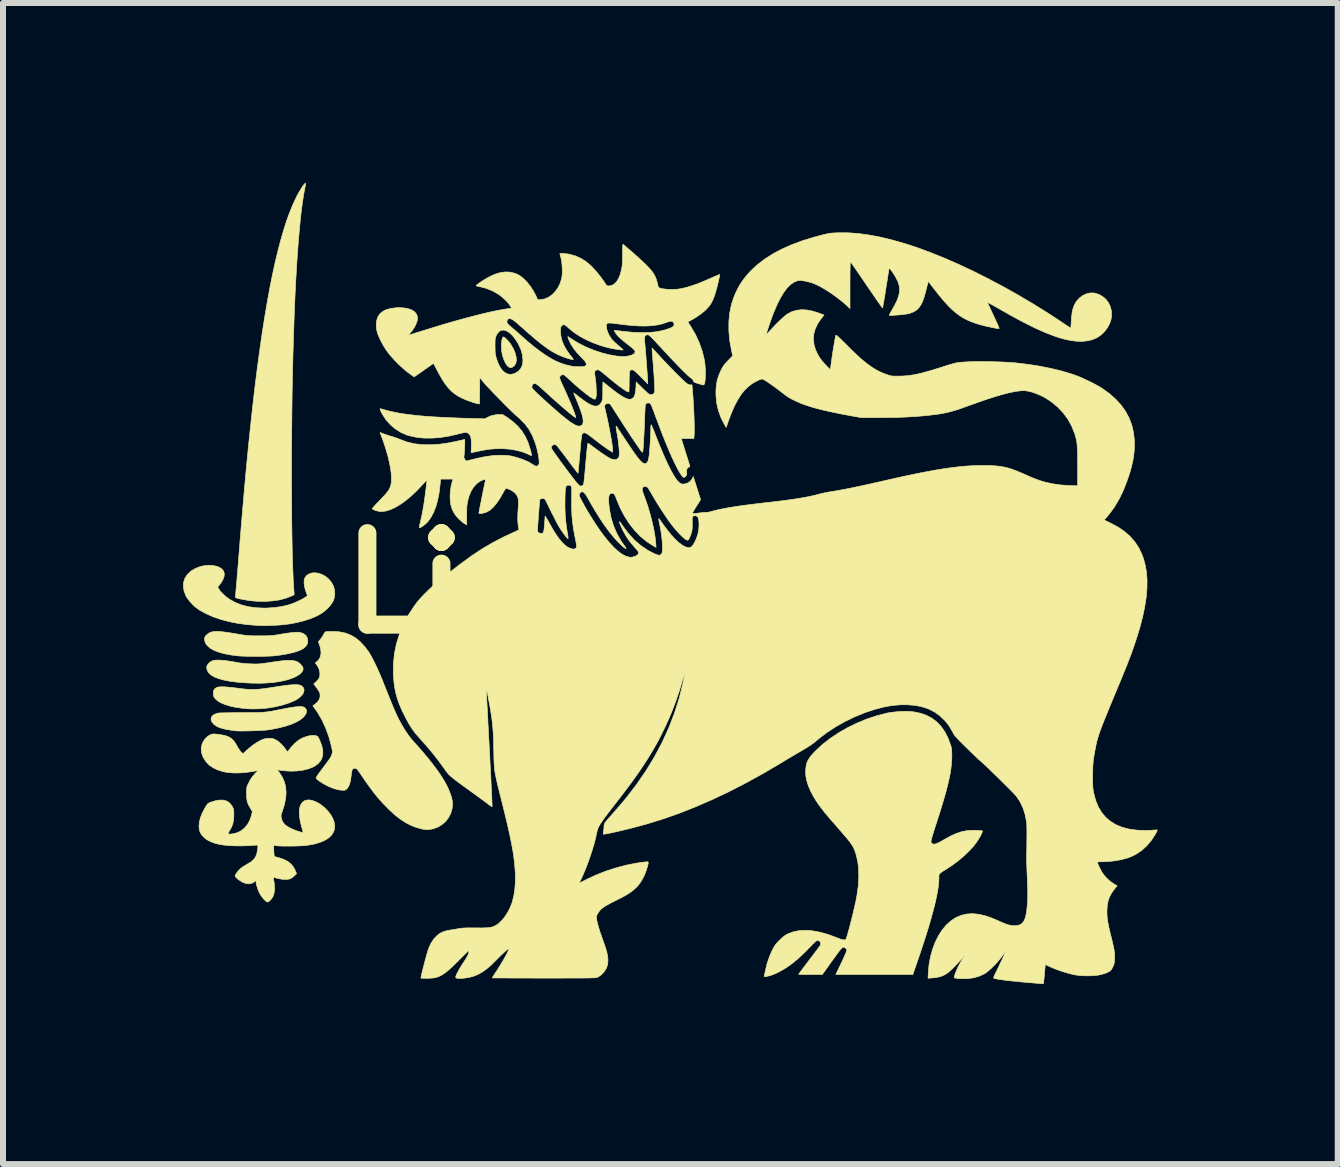
<source format=kicad_pcb>
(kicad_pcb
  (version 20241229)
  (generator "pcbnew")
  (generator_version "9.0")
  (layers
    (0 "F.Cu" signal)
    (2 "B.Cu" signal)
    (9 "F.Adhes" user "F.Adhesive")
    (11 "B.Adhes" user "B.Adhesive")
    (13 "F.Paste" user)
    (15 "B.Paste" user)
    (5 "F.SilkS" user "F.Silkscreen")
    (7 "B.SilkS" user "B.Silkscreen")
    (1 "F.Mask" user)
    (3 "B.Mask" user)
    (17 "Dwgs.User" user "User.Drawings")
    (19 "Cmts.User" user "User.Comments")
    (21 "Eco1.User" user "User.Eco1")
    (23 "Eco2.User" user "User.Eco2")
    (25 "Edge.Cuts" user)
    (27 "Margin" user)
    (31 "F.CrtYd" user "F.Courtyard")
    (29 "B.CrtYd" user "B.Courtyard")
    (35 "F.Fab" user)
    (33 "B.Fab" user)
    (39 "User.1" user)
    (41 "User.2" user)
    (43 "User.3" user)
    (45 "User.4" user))
  (footprint "Lion_logo"
    (layer "F.Cu")
    (at 8.115 6.668)
    (property "Reference" "Lion_logo" (at 0 0 0) (layer "F.SilkS") (effects (font (size 1.524 1.524) (thickness 0.3))))
    (attr through_hole)
    (fp_poly (pts (xy -2.767 -4.101) (xy -2.747 -4.086) (xy -2.723 -4.063) (xy -2.697 -4.036) (xy -2.672 -4.005) (xy -2.651 -3.976) (xy -2.651 -3.975) (xy -2.61 -3.904) (xy -2.582 -3.836) (xy -2.566 -3.774) (xy -2.561 -3.718) (xy -2.569 -3.67) (xy -2.59 -3.632) (xy -2.606 -3.615) (xy -2.636 -3.596) (xy -2.661 -3.592) (xy -2.687 -3.602) (xy -2.702 -3.613) (xy -2.724 -3.639) (xy -2.747 -3.677) (xy -2.768 -3.724) (xy -2.786 -3.775) (xy -2.797 -3.816) (xy -2.805 -3.861) (xy -2.809 -3.91) (xy -2.81 -3.96) (xy -2.808 -4.007) (xy -2.803 -4.048) (xy -2.796 -4.08) (xy -2.785 -4.1) (xy -2.779 -4.104) (xy -2.767 -4.101)) (stroke (width 0.01) (type solid)) (fill yes) (layer "F.SilkS"))
    (fp_poly (pts (xy -6.217 1.69) (xy -6.174 1.695) (xy -6.149 1.704) (xy -6.118 1.729) (xy -6.102 1.759) (xy -6.099 1.792) (xy -6.111 1.829) (xy -6.134 1.865) (xy -6.171 1.901) (xy -6.218 1.935) (xy -6.246 1.95) (xy -6.345 1.993) (xy -6.457 2.029) (xy -6.577 2.058) (xy -6.703 2.079) (xy -6.83 2.091) (xy -6.957 2.094) (xy -7.04 2.091) (xy -7.149 2.08) (xy -7.249 2.065) (xy -7.34 2.044) (xy -7.419 2.019) (xy -7.487 1.991) (xy -7.541 1.958) (xy -7.58 1.923) (xy -7.599 1.896) (xy -7.609 1.865) (xy -7.611 1.828) (xy -7.606 1.793) (xy -7.601 1.778) (xy -7.587 1.76) (xy -7.565 1.743) (xy -7.561 1.741) (xy -7.54 1.732) (xy -7.512 1.727) (xy -7.475 1.725) (xy -7.427 1.726) (xy -7.367 1.73) (xy -7.293 1.738) (xy -7.22 1.747) (xy -7.149 1.756) (xy -7.087 1.763) (xy -7.03 1.768) (xy -6.977 1.77) (xy -6.924 1.769) (xy -6.869 1.766) (xy -6.808 1.761) (xy -6.74 1.752) (xy -6.662 1.741) (xy -6.57 1.726) (xy -6.54 1.721) (xy -6.436 1.706) (xy -6.348 1.695) (xy -6.275 1.69) (xy -6.217 1.69)) (stroke (width 0.01) (type solid)) (fill yes) (layer "F.SilkS"))
    (fp_poly (pts (xy -7.457 1.284) (xy -7.383 1.292) (xy -7.302 1.305) (xy -7.26 1.312) (xy -7.188 1.325) (xy -7.124 1.334) (xy -7.059 1.34) (xy -6.985 1.343) (xy -6.939 1.345) (xy -6.901 1.345) (xy -6.866 1.344) (xy -6.832 1.342) (xy -6.794 1.338) (xy -6.75 1.332) (xy -6.695 1.324) (xy -6.646 1.317) (xy -6.548 1.302) (xy -6.464 1.292) (xy -6.393 1.286) (xy -6.334 1.285) (xy -6.285 1.288) (xy -6.244 1.296) (xy -6.21 1.309) (xy -6.182 1.327) (xy -6.157 1.35) (xy -6.156 1.35) (xy -6.136 1.374) (xy -6.122 1.397) (xy -6.116 1.409) (xy -6.116 1.443) (xy -6.132 1.476) (xy -6.163 1.508) (xy -6.207 1.539) (xy -6.263 1.568) (xy -6.331 1.594) (xy -6.408 1.617) (xy -6.495 1.635) (xy -6.509 1.638) (xy -6.615 1.653) (xy -6.725 1.662) (xy -6.841 1.666) (xy -6.968 1.664) (xy -7.076 1.659) (xy -7.212 1.648) (xy -7.332 1.633) (xy -7.435 1.613) (xy -7.523 1.589) (xy -7.594 1.561) (xy -7.65 1.528) (xy -7.689 1.491) (xy -7.713 1.449) (xy -7.722 1.403) (xy -7.722 1.401) (xy -7.714 1.371) (xy -7.694 1.341) (xy -7.664 1.314) (xy -7.629 1.293) (xy -7.611 1.287) (xy -7.573 1.281) (xy -7.521 1.28) (xy -7.457 1.284)) (stroke (width 0.01) (type solid)) (fill yes) (layer "F.SilkS"))
    (fp_poly (pts (xy -6.122 2.058) (xy -6.097 2.066) (xy -6.093 2.068) (xy -6.068 2.094) (xy -6.057 2.124) (xy -6.062 2.16) (xy -6.081 2.198) (xy -6.113 2.235) (xy -6.164 2.276) (xy -6.232 2.314) (xy -6.314 2.35) (xy -6.411 2.382) (xy -6.52 2.41) (xy -6.641 2.434) (xy -6.699 2.443) (xy -6.73 2.447) (xy -6.774 2.45) (xy -6.828 2.453) (xy -6.889 2.456) (xy -6.954 2.458) (xy -7.019 2.46) (xy -7.082 2.461) (xy -7.139 2.462) (xy -7.187 2.461) (xy -7.224 2.46) (xy -7.239 2.459) (xy -7.329 2.446) (xy -7.404 2.433) (xy -7.466 2.418) (xy -7.517 2.401) (xy -7.558 2.381) (xy -7.592 2.358) (xy -7.602 2.35) (xy -7.633 2.313) (xy -7.648 2.278) (xy -7.647 2.244) (xy -7.632 2.214) (xy -7.601 2.189) (xy -7.557 2.17) (xy -7.527 2.163) (xy -7.51 2.161) (xy -7.479 2.16) (xy -7.435 2.159) (xy -7.379 2.158) (xy -7.315 2.157) (xy -7.243 2.156) (xy -7.167 2.155) (xy -7.125 2.155) (xy -7.037 2.155) (xy -6.963 2.154) (xy -6.901 2.154) (xy -6.849 2.153) (xy -6.803 2.151) (xy -6.762 2.148) (xy -6.723 2.144) (xy -6.683 2.139) (xy -6.639 2.132) (xy -6.59 2.122) (xy -6.532 2.111) (xy -6.464 2.098) (xy -6.426 2.09) (xy -6.337 2.074) (xy -6.264 2.062) (xy -6.204 2.056) (xy -6.157 2.054) (xy -6.122 2.058)) (stroke (width 0.01) (type solid)) (fill yes) (layer "F.SilkS"))
    (fp_poly (pts (xy -7.496 0.805) (xy -7.43 0.812) (xy -7.351 0.823) (xy -7.258 0.838) (xy -7.252 0.839) (xy -7.186 0.85) (xy -7.134 0.859) (xy -7.09 0.866) (xy -7.052 0.87) (xy -7.015 0.873) (xy -6.977 0.875) (xy -6.932 0.876) (xy -6.877 0.876) (xy -6.841 0.876) (xy -6.774 0.876) (xy -6.72 0.875) (xy -6.675 0.874) (xy -6.635 0.871) (xy -6.597 0.867) (xy -6.557 0.861) (xy -6.51 0.854) (xy -6.502 0.852) (xy -6.422 0.839) (xy -6.357 0.829) (xy -6.303 0.822) (xy -6.26 0.818) (xy -6.226 0.816) (xy -6.197 0.816) (xy -6.173 0.819) (xy -6.161 0.821) (xy -6.11 0.838) (xy -6.072 0.866) (xy -6.048 0.904) (xy -6.037 0.951) (xy -6.037 0.964) (xy -6.043 1.006) (xy -6.062 1.042) (xy -6.097 1.076) (xy -6.116 1.09) (xy -6.161 1.114) (xy -6.221 1.137) (xy -6.295 1.158) (xy -6.381 1.177) (xy -6.476 1.194) (xy -6.58 1.207) (xy -6.611 1.211) (xy -6.649 1.213) (xy -6.701 1.215) (xy -6.762 1.217) (xy -6.83 1.218) (xy -6.902 1.218) (xy -6.974 1.218) (xy -7.043 1.217) (xy -7.105 1.215) (xy -7.158 1.213) (xy -7.197 1.21) (xy -7.201 1.21) (xy -7.322 1.194) (xy -7.428 1.174) (xy -7.52 1.148) (xy -7.598 1.118) (xy -7.66 1.084) (xy -7.702 1.048) (xy -7.731 1.014) (xy -7.748 0.981) (xy -7.755 0.945) (xy -7.755 0.928) (xy -7.754 0.905) (xy -7.747 0.888) (xy -7.732 0.87) (xy -7.718 0.857) (xy -7.693 0.837) (xy -7.666 0.821) (xy -7.634 0.81) (xy -7.596 0.804) (xy -7.551 0.802) (xy -7.496 0.805)) (stroke (width 0.01) (type solid)) (fill yes) (layer "F.SilkS"))
    (fp_poly (pts (xy -4.824 -2.907) (xy -4.803 -2.903) (xy -4.773 -2.894) (xy -4.763 -2.891) (xy -4.678 -2.868) (xy -4.582 -2.847) (xy -4.475 -2.827) (xy -4.355 -2.811) (xy -4.223 -2.795) (xy -4.077 -2.782) (xy -3.916 -2.771) (xy -3.74 -2.762) (xy -3.549 -2.754) (xy -3.437 -2.75) (xy -3.084 -2.74) (xy -3.047 -2.762) (xy -2.979 -2.792) (xy -2.902 -2.808) (xy -2.853 -2.811) (xy -2.789 -2.811) (xy -2.712 -2.761) (xy -2.617 -2.691) (xy -2.535 -2.615) (xy -2.467 -2.532) (xy -2.41 -2.441) (xy -2.364 -2.338) (xy -2.328 -2.223) (xy -2.317 -2.178) (xy -2.311 -2.151) (xy -2.309 -2.132) (xy -2.31 -2.126) (xy -2.32 -2.13) (xy -2.341 -2.139) (xy -2.369 -2.152) (xy -2.375 -2.155) (xy -2.464 -2.19) (xy -2.564 -2.216) (xy -2.674 -2.234) (xy -2.79 -2.243) (xy -2.91 -2.241) (xy -2.995 -2.235) (xy -3.029 -2.231) (xy -3.064 -2.225) (xy -3.104 -2.218) (xy -3.152 -2.209) (xy -3.21 -2.197) (xy -3.281 -2.182) (xy -3.294 -2.179) (xy -3.315 -2.175) (xy -3.312 -2.284) (xy -3.311 -2.346) (xy -3.314 -2.394) (xy -3.32 -2.431) (xy -3.331 -2.46) (xy -3.346 -2.482) (xy -3.355 -2.491) (xy -3.37 -2.503) (xy -3.385 -2.51) (xy -3.404 -2.513) (xy -3.43 -2.51) (xy -3.465 -2.503) (xy -3.513 -2.492) (xy -3.535 -2.486) (xy -3.686 -2.451) (xy -3.832 -2.428) (xy -3.973 -2.418) (xy -4.107 -2.419) (xy -4.232 -2.433) (xy -4.348 -2.459) (xy -4.388 -2.471) (xy -4.487 -2.514) (xy -4.578 -2.572) (xy -4.661 -2.642) (xy -4.734 -2.724) (xy -4.793 -2.815) (xy -4.81 -2.847) (xy -4.823 -2.874) (xy -4.831 -2.896) (xy -4.834 -2.907) (xy -4.834 -2.908) (xy -4.824 -2.907)) (stroke (width 0.01) (type solid)) (fill yes) (layer "F.SilkS"))
    (fp_poly (pts (xy -6.072 -6.662) (xy -6.072 -6.655) (xy -6.074 -6.641) (xy -6.079 -6.616) (xy -6.087 -6.578) (xy -6.087 -6.577) (xy -6.107 -6.471) (xy -6.125 -6.348) (xy -6.144 -6.21) (xy -6.161 -6.056) (xy -6.177 -5.887) (xy -6.193 -5.705) (xy -6.208 -5.508) (xy -6.222 -5.298) (xy -6.235 -5.076) (xy -6.247 -4.842) (xy -6.258 -4.596) (xy -6.267 -4.339) (xy -6.276 -4.071) (xy -6.284 -3.794) (xy -6.291 -3.507) (xy -6.297 -3.212) (xy -6.301 -2.908) (xy -6.304 -2.596) (xy -6.307 -2.277) (xy -6.307 -1.951) (xy -6.308 -1.867) (xy -6.307 -1.613) (xy -6.306 -1.376) (xy -6.305 -1.155) (xy -6.303 -0.95) (xy -6.3 -0.76) (xy -6.297 -0.585) (xy -6.293 -0.424) (xy -6.288 -0.278) (xy -6.283 -0.145) (xy -6.278 -0.025) (xy -6.271 0.082) (xy -6.268 0.119) (xy -6.263 0.191) (xy -6.323 0.219) (xy -6.411 0.252) (xy -6.513 0.278) (xy -6.624 0.294) (xy -6.743 0.302) (xy -6.867 0.301) (xy -6.947 0.295) (xy -6.988 0.291) (xy -7.036 0.284) (xy -7.086 0.276) (xy -7.134 0.267) (xy -7.177 0.258) (xy -7.211 0.25) (xy -7.227 0.245) (xy -7.243 0.235) (xy -7.244 0.222) (xy -7.243 0.213) (xy -7.24 0.195) (xy -7.237 0.166) (xy -7.234 0.127) (xy -7.229 0.076) (xy -7.224 0.013) (xy -7.217 -0.063) (xy -7.21 -0.153) (xy -7.201 -0.257) (xy -7.192 -0.375) (xy -7.181 -0.509) (xy -7.169 -0.659) (xy -7.167 -0.69) (xy -7.132 -1.112) (xy -7.097 -1.517) (xy -7.062 -1.905) (xy -7.026 -2.277) (xy -6.989 -2.633) (xy -6.952 -2.973) (xy -6.914 -3.298) (xy -6.875 -3.607) (xy -6.835 -3.901) (xy -6.795 -4.179) (xy -6.753 -4.443) (xy -6.711 -4.692) (xy -6.668 -4.927) (xy -6.624 -5.147) (xy -6.579 -5.354) (xy -6.532 -5.547) (xy -6.485 -5.726) (xy -6.437 -5.891) (xy -6.388 -6.044) (xy -6.337 -6.183) (xy -6.285 -6.31) (xy -6.232 -6.424) (xy -6.223 -6.443) (xy -6.199 -6.488) (xy -6.173 -6.533) (xy -6.148 -6.574) (xy -6.124 -6.611) (xy -6.103 -6.639) (xy -6.087 -6.658) (xy -6.079 -6.663) (xy -6.075 -6.663) (xy -6.072 -6.662)) (stroke (width 0.01) (type solid)) (fill yes) (layer "F.SilkS"))
    (fp_poly (pts (xy -7.609 -0.295) (xy -7.54 -0.278) (xy -7.512 -0.266) (xy -7.468 -0.238) (xy -7.44 -0.203) (xy -7.428 -0.163) (xy -7.431 -0.116) (xy -7.449 -0.065) (xy -7.467 -0.031) (xy -7.489 0.003) (xy -7.506 0.025) (xy -7.538 0.061) (xy -7.522 0.091) (xy -7.501 0.123) (xy -7.468 0.16) (xy -7.429 0.198) (xy -7.386 0.234) (xy -7.344 0.265) (xy -7.343 0.266) (xy -7.245 0.32) (xy -7.139 0.362) (xy -7.025 0.391) (xy -6.9 0.408) (xy -6.764 0.414) (xy -6.711 0.413) (xy -6.587 0.404) (xy -6.474 0.388) (xy -6.367 0.363) (xy -6.313 0.346) (xy -6.265 0.328) (xy -6.214 0.306) (xy -6.163 0.282) (xy -6.118 0.258) (xy -6.082 0.236) (xy -6.067 0.226) (xy -6.043 0.206) (xy -6.07 0.131) (xy -6.088 0.069) (xy -6.098 0.011) (xy -6.098 -0.039) (xy -6.09 -0.08) (xy -6.085 -0.09) (xy -6.056 -0.129) (xy -6.017 -0.155) (xy -5.97 -0.171) (xy -5.917 -0.175) (xy -5.861 -0.167) (xy -5.804 -0.148) (xy -5.748 -0.118) (xy -5.696 -0.077) (xy -5.693 -0.075) (xy -5.644 -0.017) (xy -5.609 0.046) (xy -5.59 0.114) (xy -5.587 0.184) (xy -5.599 0.255) (xy -5.616 0.3) (xy -5.641 0.341) (xy -5.676 0.386) (xy -5.72 0.431) (xy -5.768 0.473) (xy -5.814 0.505) (xy -5.897 0.55) (xy -5.995 0.591) (xy -6.104 0.626) (xy -6.221 0.655) (xy -6.344 0.678) (xy -6.469 0.693) (xy -6.562 0.699) (xy -6.607 0.701) (xy -6.65 0.703) (xy -6.685 0.704) (xy -6.708 0.706) (xy -6.71 0.706) (xy -6.73 0.706) (xy -6.763 0.706) (xy -6.806 0.705) (xy -6.853 0.703) (xy -6.879 0.702) (xy -7.038 0.69) (xy -7.192 0.67) (xy -7.34 0.641) (xy -7.48 0.604) (xy -7.61 0.56) (xy -7.728 0.509) (xy -7.832 0.452) (xy -7.856 0.436) (xy -7.904 0.401) (xy -7.952 0.357) (xy -7.996 0.31) (xy -8.034 0.263) (xy -8.062 0.22) (xy -8.067 0.211) (xy -8.097 0.133) (xy -8.11 0.06) (xy -8.107 -0.009) (xy -8.088 -0.073) (xy -8.053 -0.133) (xy -8.03 -0.16) (xy -7.976 -0.208) (xy -7.91 -0.246) (xy -7.838 -0.275) (xy -7.761 -0.293) (xy -7.684 -0.3) (xy -7.609 -0.295)) (stroke (width 0.01) (type solid)) (fill yes) (layer "F.SilkS"))
    (fp_poly (pts (xy -5.614 0.803) (xy -5.51 0.809) (xy -5.413 0.829) (xy -5.325 0.862) (xy -5.242 0.91) (xy -5.165 0.973) (xy -5.092 1.051) (xy -5.022 1.145) (xy -5.012 1.16) (xy -4.988 1.2) (xy -4.959 1.254) (xy -4.927 1.317) (xy -4.894 1.386) (xy -4.86 1.46) (xy -4.828 1.533) (xy -4.798 1.605) (xy -4.788 1.63) (xy -4.743 1.744) (xy -4.703 1.844) (xy -4.668 1.931) (xy -4.637 2.007) (xy -4.61 2.073) (xy -4.585 2.13) (xy -4.562 2.181) (xy -4.541 2.226) (xy -4.521 2.267) (xy -4.5 2.305) (xy -4.48 2.343) (xy -4.469 2.362) (xy -4.421 2.442) (xy -4.375 2.511) (xy -4.33 2.572) (xy -4.282 2.629) (xy -4.264 2.65) (xy -4.185 2.737) (xy -4.106 2.828) (xy -4.03 2.92) (xy -3.958 3.01) (xy -3.893 3.097) (xy -3.836 3.177) (xy -3.793 3.243) (xy -3.746 3.322) (xy -3.706 3.401) (xy -3.673 3.478) (xy -3.647 3.55) (xy -3.631 3.614) (xy -3.624 3.669) (xy -3.624 3.675) (xy -3.632 3.757) (xy -3.655 3.835) (xy -3.692 3.906) (xy -3.741 3.969) (xy -3.801 4.022) (xy -3.87 4.063) (xy -3.947 4.091) (xy -3.961 4.094) (xy -4.016 4.103) (xy -4.065 4.104) (xy -4.116 4.098) (xy -4.136 4.094) (xy -4.23 4.068) (xy -4.319 4.034) (xy -4.407 3.988) (xy -4.494 3.931) (xy -4.583 3.862) (xy -4.675 3.778) (xy -4.737 3.716) (xy -4.788 3.663) (xy -4.835 3.611) (xy -4.88 3.558) (xy -4.926 3.502) (xy -4.972 3.441) (xy -5.022 3.373) (xy -5.077 3.296) (xy -5.138 3.207) (xy -5.171 3.158) (xy -5.194 3.125) (xy -5.211 3.103) (xy -5.225 3.091) (xy -5.238 3.085) (xy -5.246 3.084) (xy -5.266 3.083) (xy -5.281 3.088) (xy -5.292 3.099) (xy -5.3 3.12) (xy -5.307 3.153) (xy -5.313 3.2) (xy -5.316 3.222) (xy -5.326 3.29) (xy -5.339 3.344) (xy -5.357 3.386) (xy -5.379 3.418) (xy -5.38 3.419) (xy -5.397 3.436) (xy -5.412 3.445) (xy -5.43 3.449) (xy -5.458 3.449) (xy -5.463 3.449) (xy -5.523 3.442) (xy -5.594 3.423) (xy -5.675 3.392) (xy -5.696 3.382) (xy -5.737 3.362) (xy -5.779 3.338) (xy -5.82 3.312) (xy -5.856 3.288) (xy -5.881 3.267) (xy -5.888 3.26) (xy -5.896 3.251) (xy -5.898 3.242) (xy -5.893 3.23) (xy -5.881 3.21) (xy -5.867 3.19) (xy -5.848 3.163) (xy -5.822 3.127) (xy -5.792 3.087) (xy -5.761 3.045) (xy -5.753 3.035) (xy -5.719 2.989) (xy -5.693 2.954) (xy -5.674 2.928) (xy -5.66 2.907) (xy -5.651 2.889) (xy -5.643 2.872) (xy -5.636 2.853) (xy -5.635 2.85) (xy -5.63 2.832) (xy -5.627 2.816) (xy -5.627 2.798) (xy -5.631 2.773) (xy -5.638 2.739) (xy -5.642 2.719) (xy -5.684 2.563) (xy -5.737 2.416) (xy -5.8 2.279) (xy -5.872 2.154) (xy -5.929 2.073) (xy -5.953 2.042) (xy -5.914 2.014) (xy -5.872 1.976) (xy -5.844 1.933) (xy -5.831 1.888) (xy -5.833 1.843) (xy -5.846 1.809) (xy -5.873 1.765) (xy -5.912 1.71) (xy -5.92 1.7) (xy -5.938 1.677) (xy -5.9 1.643) (xy -5.876 1.619) (xy -5.856 1.594) (xy -5.847 1.58) (xy -5.835 1.535) (xy -5.836 1.483) (xy -5.849 1.43) (xy -5.875 1.378) (xy -5.89 1.356) (xy -5.912 1.328) (xy -5.881 1.302) (xy -5.845 1.262) (xy -5.823 1.213) (xy -5.816 1.156) (xy -5.823 1.092) (xy -5.838 1.037) (xy -5.86 0.974) (xy -5.823 0.93) (xy -5.801 0.9) (xy -5.782 0.869) (xy -5.771 0.849) (xy -5.758 0.826) (xy -5.743 0.811) (xy -5.738 0.808) (xy -5.723 0.806) (xy -5.695 0.804) (xy -5.658 0.803) (xy -5.616 0.803) (xy -5.614 0.803)) (stroke (width 0.01) (type solid)) (fill yes) (layer "F.SilkS"))
    (fp_poly (pts (xy 3.996 2.136) (xy 4.056 2.142) (xy 4.17 2.165) (xy 4.272 2.201) (xy 4.364 2.25) (xy 4.445 2.312) (xy 4.516 2.387) (xy 4.578 2.476) (xy 4.63 2.578) (xy 4.662 2.663) (xy 4.675 2.7) (xy 4.683 2.728) (xy 4.689 2.754) (xy 4.692 2.78) (xy 4.693 2.812) (xy 4.694 2.854) (xy 4.694 2.883) (xy 4.692 2.949) (xy 4.687 3.018) (xy 4.679 3.09) (xy 4.667 3.168) (xy 4.65 3.252) (xy 4.629 3.344) (xy 4.604 3.444) (xy 4.573 3.555) (xy 4.537 3.677) (xy 4.496 3.812) (xy 4.448 3.961) (xy 4.431 4.014) (xy 4.403 4.099) (xy 4.382 4.169) (xy 4.365 4.225) (xy 4.354 4.266) (xy 4.348 4.294) (xy 4.346 4.31) (xy 4.346 4.312) (xy 4.359 4.331) (xy 4.375 4.343) (xy 4.391 4.347) (xy 4.411 4.346) (xy 4.435 4.339) (xy 4.466 4.326) (xy 4.506 4.306) (xy 4.557 4.277) (xy 4.588 4.259) (xy 4.682 4.207) (xy 4.769 4.169) (xy 4.853 4.141) (xy 4.936 4.124) (xy 5.022 4.117) (xy 5.099 4.117) (xy 5.139 4.119) (xy 5.172 4.121) (xy 5.195 4.124) (xy 5.204 4.126) (xy 5.203 4.136) (xy 5.196 4.157) (xy 5.183 4.185) (xy 5.175 4.203) (xy 5.127 4.284) (xy 5.066 4.368) (xy 4.991 4.452) (xy 4.904 4.536) (xy 4.808 4.618) (xy 4.704 4.696) (xy 4.603 4.763) (xy 4.558 4.79) (xy 4.526 4.811) (xy 4.504 4.827) (xy 4.49 4.841) (xy 4.482 4.855) (xy 4.479 4.873) (xy 4.479 4.896) (xy 4.479 4.927) (xy 4.475 4.999) (xy 4.464 5.086) (xy 4.446 5.187) (xy 4.422 5.302) (xy 4.39 5.431) (xy 4.351 5.574) (xy 4.306 5.73) (xy 4.254 5.898) (xy 4.195 6.078) (xy 4.13 6.271) (xy 4.117 6.308) (xy 4.044 6.519) (xy 2.761 6.519) (xy 2.854 6.324) (xy 2.88 6.27) (xy 2.902 6.221) (xy 2.921 6.178) (xy 2.935 6.144) (xy 2.943 6.121) (xy 2.945 6.111) (xy 2.934 6.09) (xy 2.914 6.073) (xy 2.89 6.064) (xy 2.877 6.065) (xy 2.867 6.071) (xy 2.851 6.088) (xy 2.829 6.115) (xy 2.799 6.153) (xy 2.762 6.204) (xy 2.716 6.268) (xy 2.696 6.295) (xy 2.536 6.519) (xy 2.339 6.519) (xy 2.283 6.519) (xy 2.234 6.519) (xy 2.193 6.518) (xy 2.162 6.517) (xy 2.145 6.515) (xy 2.142 6.514) (xy 2.147 6.507) (xy 2.161 6.487) (xy 2.183 6.458) (xy 2.212 6.419) (xy 2.246 6.374) (xy 2.285 6.323) (xy 2.314 6.284) (xy 2.356 6.229) (xy 2.395 6.177) (xy 2.43 6.131) (xy 2.459 6.092) (xy 2.482 6.062) (xy 2.497 6.042) (xy 2.501 6.035) (xy 2.51 6.008) (xy 2.506 5.982) (xy 2.489 5.962) (xy 2.463 5.952) (xy 2.457 5.952) (xy 2.446 5.954) (xy 2.432 5.962) (xy 2.414 5.978) (xy 2.389 6.001) (xy 2.355 6.035) (xy 2.325 6.067) (xy 2.217 6.176) (xy 2.114 6.27) (xy 2.015 6.35) (xy 1.918 6.416) (xy 1.826 6.469) (xy 1.757 6.503) (xy 1.697 6.527) (xy 1.645 6.543) (xy 1.609 6.55) (xy 1.568 6.555) (xy 1.58 6.489) (xy 1.614 6.343) (xy 1.66 6.209) (xy 1.695 6.13) (xy 1.717 6.086) (xy 1.735 6.052) (xy 1.754 6.024) (xy 1.775 5.998) (xy 1.802 5.969) (xy 1.823 5.948) (xy 1.868 5.906) (xy 1.906 5.875) (xy 1.942 5.852) (xy 1.957 5.844) (xy 2.048 5.809) (xy 2.148 5.788) (xy 2.256 5.782) (xy 2.373 5.791) (xy 2.498 5.814) (xy 2.631 5.851) (xy 2.772 5.903) (xy 2.79 5.91) (xy 2.84 5.93) (xy 2.878 5.94) (xy 2.906 5.943) (xy 2.924 5.937) (xy 2.929 5.932) (xy 2.935 5.918) (xy 2.944 5.891) (xy 2.957 5.851) (xy 2.971 5.8) (xy 2.987 5.742) (xy 3.004 5.677) (xy 3.021 5.609) (xy 3.039 5.539) (xy 3.056 5.468) (xy 3.072 5.4) (xy 3.086 5.337) (xy 3.099 5.28) (xy 3.108 5.231) (xy 3.111 5.215) (xy 3.134 5.052) (xy 3.144 4.9) (xy 3.141 4.758) (xy 3.125 4.627) (xy 3.095 4.507) (xy 3.071 4.438) (xy 3.06 4.415) (xy 3.049 4.392) (xy 3.034 4.367) (xy 3.016 4.34) (xy 2.994 4.309) (xy 2.966 4.273) (xy 2.931 4.231) (xy 2.888 4.181) (xy 2.837 4.122) (xy 2.777 4.052) (xy 2.723 3.991) (xy 2.645 3.902) (xy 2.578 3.822) (xy 2.521 3.749) (xy 2.472 3.683) (xy 2.429 3.619) (xy 2.392 3.558) (xy 2.359 3.496) (xy 2.34 3.46) (xy 2.302 3.371) (xy 2.277 3.29) (xy 2.262 3.213) (xy 2.258 3.145) (xy 2.261 3.084) (xy 2.269 3.03) (xy 2.283 2.981) (xy 2.307 2.934) (xy 2.34 2.885) (xy 2.384 2.834) (xy 2.435 2.781) (xy 2.548 2.678) (xy 2.675 2.58) (xy 2.814 2.488) (xy 2.963 2.403) (xy 3.118 2.328) (xy 3.278 2.262) (xy 3.441 2.208) (xy 3.603 2.166) (xy 3.619 2.162) (xy 3.689 2.151) (xy 3.766 2.142) (xy 3.846 2.136) (xy 3.924 2.134) (xy 3.996 2.136)) (stroke (width 0.01) (type solid)) (fill yes) (layer "F.SilkS"))
    (fp_poly (pts (xy -7.57 2.513) (xy -7.549 2.515) (xy -7.471 2.526) (xy -7.406 2.54) (xy -7.354 2.56) (xy -7.31 2.587) (xy -7.273 2.623) (xy -7.24 2.669) (xy -7.218 2.707) (xy -7.198 2.743) (xy -7.176 2.776) (xy -7.154 2.805) (xy -7.135 2.826) (xy -7.121 2.836) (xy -7.119 2.836) (xy -7.109 2.831) (xy -7.091 2.816) (xy -7.068 2.796) (xy -7.063 2.791) (xy -6.999 2.735) (xy -6.933 2.684) (xy -6.869 2.643) (xy -6.825 2.619) (xy -6.785 2.601) (xy -6.751 2.591) (xy -6.714 2.585) (xy -6.696 2.584) (xy -6.66 2.583) (xy -6.633 2.585) (xy -6.608 2.592) (xy -6.584 2.602) (xy -6.533 2.632) (xy -6.481 2.677) (xy -6.432 2.732) (xy -6.412 2.758) (xy -6.374 2.811) (xy -6.338 2.762) (xy -6.3 2.716) (xy -6.256 2.671) (xy -6.211 2.631) (xy -6.174 2.605) (xy -6.123 2.577) (xy -6.067 2.556) (xy -6.01 2.541) (xy -5.958 2.535) (xy -5.913 2.537) (xy -5.905 2.539) (xy -5.887 2.545) (xy -5.874 2.553) (xy -5.863 2.567) (xy -5.85 2.591) (xy -5.839 2.614) (xy -5.806 2.698) (xy -5.788 2.775) (xy -5.786 2.844) (xy -5.798 2.906) (xy -5.826 2.962) (xy -5.87 3.01) (xy -5.928 3.05) (xy -5.956 3.065) (xy -6.032 3.094) (xy -6.12 3.115) (xy -6.215 3.127) (xy -6.315 3.131) (xy -6.407 3.126) (xy -6.448 3.121) (xy -6.485 3.117) (xy -6.513 3.113) (xy -6.527 3.11) (xy -6.537 3.108) (xy -6.539 3.112) (xy -6.533 3.123) (xy -6.517 3.145) (xy -6.513 3.15) (xy -6.462 3.229) (xy -6.426 3.311) (xy -6.405 3.396) (xy -6.398 3.486) (xy -6.405 3.583) (xy -6.426 3.687) (xy -6.457 3.787) (xy -6.471 3.825) (xy -6.479 3.851) (xy -6.482 3.872) (xy -6.481 3.89) (xy -6.478 3.911) (xy -6.477 3.916) (xy -6.462 3.961) (xy -6.437 4.001) (xy -6.4 4.037) (xy -6.35 4.069) (xy -6.285 4.1) (xy -6.216 4.127) (xy -6.179 4.139) (xy -6.147 4.148) (xy -6.126 4.154) (xy -6.116 4.155) (xy -6.117 4.145) (xy -6.121 4.124) (xy -6.129 4.094) (xy -6.133 4.08) (xy -6.159 3.982) (xy -6.174 3.894) (xy -6.179 3.817) (xy -6.174 3.751) (xy -6.158 3.698) (xy -6.132 3.657) (xy -6.097 3.627) (xy -6.056 3.612) (xy -6.007 3.61) (xy -5.952 3.622) (xy -5.887 3.648) (xy -5.883 3.65) (xy -5.823 3.686) (xy -5.763 3.734) (xy -5.707 3.79) (xy -5.66 3.849) (xy -5.626 3.905) (xy -5.599 3.975) (xy -5.588 4.04) (xy -5.593 4.101) (xy -5.607 4.142) (xy -5.641 4.197) (xy -5.691 4.244) (xy -5.756 4.285) (xy -5.837 4.319) (xy -5.932 4.346) (xy -6.043 4.366) (xy -6.066 4.369) (xy -6.102 4.372) (xy -6.15 4.375) (xy -6.207 4.377) (xy -6.27 4.379) (xy -6.334 4.379) (xy -6.397 4.379) (xy -6.456 4.379) (xy -6.506 4.377) (xy -6.545 4.375) (xy -6.56 4.373) (xy -6.604 4.367) (xy -6.604 4.422) (xy -6.603 4.458) (xy -6.601 4.494) (xy -6.599 4.515) (xy -6.594 4.553) (xy -6.522 4.572) (xy -6.439 4.6) (xy -6.37 4.635) (xy -6.315 4.68) (xy -6.272 4.733) (xy -6.246 4.785) (xy -6.224 4.839) (xy -6.264 4.878) (xy -6.295 4.904) (xy -6.326 4.922) (xy -6.338 4.927) (xy -6.393 4.935) (xy -6.457 4.933) (xy -6.525 4.921) (xy -6.545 4.916) (xy -6.614 4.896) (xy -6.609 4.918) (xy -6.594 5.012) (xy -6.59 5.093) (xy -6.598 5.162) (xy -6.617 5.22) (xy -6.648 5.266) (xy -6.651 5.27) (xy -6.677 5.295) (xy -6.697 5.309) (xy -6.714 5.31) (xy -6.733 5.299) (xy -6.757 5.276) (xy -6.767 5.267) (xy -6.818 5.202) (xy -6.845 5.154) (xy -6.863 5.111) (xy -6.879 5.065) (xy -6.892 5.022) (xy -6.899 4.987) (xy -6.9 4.97) (xy -6.901 4.959) (xy -6.905 4.957) (xy -6.918 4.966) (xy -6.926 4.973) (xy -6.969 4.999) (xy -7.017 5.009) (xy -7.069 5.002) (xy -7.126 4.98) (xy -7.187 4.941) (xy -7.204 4.928) (xy -7.226 4.908) (xy -7.242 4.89) (xy -7.247 4.879) (xy -7.242 4.859) (xy -7.226 4.832) (xy -7.203 4.802) (xy -7.177 4.772) (xy -7.149 4.747) (xy -7.144 4.743) (xy -7.113 4.721) (xy -7.075 4.698) (xy -7.042 4.678) (xy -6.984 4.643) (xy -6.941 4.606) (xy -6.91 4.565) (xy -6.889 4.516) (xy -6.876 4.457) (xy -6.873 4.44) (xy -6.87 4.407) (xy -6.868 4.381) (xy -6.868 4.366) (xy -6.869 4.364) (xy -6.878 4.363) (xy -6.901 4.364) (xy -6.935 4.366) (xy -6.976 4.369) (xy -6.986 4.37) (xy -7.059 4.374) (xy -7.138 4.376) (xy -7.22 4.376) (xy -7.302 4.373) (xy -7.378 4.368) (xy -7.446 4.361) (xy -7.502 4.353) (xy -7.506 4.352) (xy -7.592 4.33) (xy -7.663 4.302) (xy -7.722 4.27) (xy -7.761 4.239) (xy -7.803 4.195) (xy -7.83 4.15) (xy -7.845 4.1) (xy -7.849 4.046) (xy -7.844 3.982) (xy -7.828 3.915) (xy -7.801 3.843) (xy -7.762 3.765) (xy -7.733 3.715) (xy -7.715 3.687) (xy -7.698 3.67) (xy -7.677 3.657) (xy -7.656 3.649) (xy -7.574 3.623) (xy -7.501 3.612) (xy -7.437 3.614) (xy -7.383 3.631) (xy -7.338 3.662) (xy -7.302 3.707) (xy -7.294 3.722) (xy -7.283 3.745) (xy -7.275 3.764) (xy -7.271 3.786) (xy -7.269 3.813) (xy -7.269 3.851) (xy -7.269 3.864) (xy -7.272 3.937) (xy -7.284 4) (xy -7.305 4.058) (xy -7.336 4.115) (xy -7.341 4.122) (xy -7.357 4.15) (xy -7.364 4.168) (xy -7.359 4.178) (xy -7.342 4.18) (xy -7.31 4.178) (xy -7.285 4.175) (xy -7.212 4.156) (xy -7.146 4.123) (xy -7.088 4.076) (xy -7.039 4.016) (xy -7.001 3.945) (xy -6.974 3.864) (xy -6.973 3.859) (xy -6.96 3.803) (xy -6.989 3.754) (xy -7.017 3.706) (xy -7.036 3.665) (xy -7.048 3.626) (xy -7.054 3.582) (xy -7.057 3.529) (xy -7.057 3.505) (xy -7.057 3.461) (xy -7.056 3.429) (xy -7.053 3.405) (xy -7.048 3.384) (xy -7.039 3.362) (xy -7.026 3.335) (xy -7.025 3.332) (xy -6.995 3.275) (xy -6.96 3.224) (xy -6.916 3.171) (xy -6.898 3.153) (xy -6.865 3.118) (xy -6.944 3.134) (xy -7.055 3.151) (xy -7.165 3.16) (xy -7.271 3.161) (xy -7.368 3.153) (xy -7.435 3.142) (xy -7.528 3.114) (xy -7.61 3.076) (xy -7.679 3.029) (xy -7.734 2.972) (xy -7.776 2.908) (xy -7.804 2.835) (xy -7.808 2.817) (xy -7.813 2.755) (xy -7.802 2.694) (xy -7.778 2.636) (xy -7.742 2.585) (xy -7.695 2.544) (xy -7.662 2.526) (xy -7.642 2.517) (xy -7.623 2.513) (xy -7.601 2.511) (xy -7.57 2.513)) (stroke (width 0.01) (type solid)) (fill yes) (layer "F.SilkS"))
    (fp_poly (pts (xy 2.971 -5.839) (xy 3.138 -5.827) (xy 3.313 -5.803) (xy 3.497 -5.769) (xy 3.691 -5.722) (xy 3.896 -5.664) (xy 3.914 -5.659) (xy 4.128 -5.589) (xy 4.35 -5.506) (xy 4.581 -5.413) (xy 4.818 -5.309) (xy 5.06 -5.195) (xy 5.306 -5.071) (xy 5.553 -4.94) (xy 5.801 -4.801) (xy 6.048 -4.655) (xy 6.292 -4.503) (xy 6.506 -4.363) (xy 6.553 -4.331) (xy 6.595 -4.303) (xy 6.63 -4.28) (xy 6.657 -4.263) (xy 6.672 -4.252) (xy 6.676 -4.25) (xy 6.677 -4.258) (xy 6.679 -4.28) (xy 6.681 -4.312) (xy 6.683 -4.352) (xy 6.684 -4.362) (xy 6.69 -4.444) (xy 6.699 -4.512) (xy 6.711 -4.57) (xy 6.729 -4.62) (xy 6.74 -4.646) (xy 6.777 -4.706) (xy 6.824 -4.756) (xy 6.879 -4.796) (xy 6.938 -4.823) (xy 7 -4.837) (xy 7.062 -4.836) (xy 7.069 -4.835) (xy 7.143 -4.813) (xy 7.207 -4.777) (xy 7.261 -4.731) (xy 7.304 -4.674) (xy 7.335 -4.609) (xy 7.353 -4.538) (xy 7.356 -4.462) (xy 7.348 -4.401) (xy 7.326 -4.332) (xy 7.29 -4.263) (xy 7.243 -4.199) (xy 7.188 -4.144) (xy 7.127 -4.1) (xy 7.101 -4.086) (xy 7.032 -4.058) (xy 6.957 -4.04) (xy 6.877 -4.031) (xy 6.791 -4.031) (xy 6.698 -4.041) (xy 6.597 -4.06) (xy 6.488 -4.09) (xy 6.371 -4.13) (xy 6.245 -4.18) (xy 6.108 -4.24) (xy 5.961 -4.312) (xy 5.803 -4.394) (xy 5.634 -4.487) (xy 5.53 -4.546) (xy 5.473 -4.579) (xy 5.42 -4.609) (xy 5.373 -4.635) (xy 5.335 -4.656) (xy 5.307 -4.671) (xy 5.291 -4.68) (xy 5.288 -4.681) (xy 5.29 -4.673) (xy 5.3 -4.651) (xy 5.314 -4.619) (xy 5.334 -4.577) (xy 5.357 -4.527) (xy 5.383 -4.472) (xy 5.387 -4.464) (xy 5.413 -4.408) (xy 5.436 -4.358) (xy 5.456 -4.314) (xy 5.471 -4.279) (xy 5.48 -4.255) (xy 5.483 -4.244) (xy 5.483 -4.244) (xy 5.472 -4.243) (xy 5.448 -4.246) (xy 5.412 -4.252) (xy 5.369 -4.26) (xy 5.32 -4.271) (xy 5.268 -4.282) (xy 5.217 -4.295) (xy 5.168 -4.308) (xy 5.125 -4.32) (xy 5.103 -4.327) (xy 5.024 -4.355) (xy 4.952 -4.386) (xy 4.883 -4.422) (xy 4.818 -4.464) (xy 4.754 -4.512) (xy 4.689 -4.569) (xy 4.623 -4.635) (xy 4.554 -4.713) (xy 4.479 -4.802) (xy 4.398 -4.905) (xy 4.392 -4.913) (xy 4.302 -5.03) (xy 4.294 -4.998) (xy 4.288 -4.978) (xy 4.28 -4.946) (xy 4.27 -4.905) (xy 4.258 -4.86) (xy 4.255 -4.847) (xy 4.23 -4.761) (xy 4.204 -4.689) (xy 4.175 -4.632) (xy 4.141 -4.585) (xy 4.102 -4.549) (xy 4.055 -4.521) (xy 4 -4.5) (xy 3.975 -4.492) (xy 3.952 -4.488) (xy 3.918 -4.483) (xy 3.877 -4.478) (xy 3.832 -4.473) (xy 3.786 -4.469) (xy 3.742 -4.466) (xy 3.703 -4.463) (xy 3.674 -4.463) (xy 3.656 -4.463) (xy 3.652 -4.464) (xy 3.654 -4.473) (xy 3.664 -4.493) (xy 3.678 -4.521) (xy 3.69 -4.54) (xy 3.74 -4.628) (xy 3.779 -4.707) (xy 3.806 -4.778) (xy 3.821 -4.844) (xy 3.824 -4.906) (xy 3.815 -4.967) (xy 3.794 -5.03) (xy 3.761 -5.095) (xy 3.717 -5.167) (xy 3.687 -5.209) (xy 3.668 -5.234) (xy 3.657 -5.247) (xy 3.652 -5.249) (xy 3.648 -5.242) (xy 3.647 -5.235) (xy 3.644 -5.221) (xy 3.64 -5.193) (xy 3.633 -5.152) (xy 3.625 -5.1) (xy 3.616 -5.04) (xy 3.605 -4.974) (xy 3.594 -4.902) (xy 3.594 -4.902) (xy 3.583 -4.832) (xy 3.572 -4.767) (xy 3.562 -4.709) (xy 3.554 -4.66) (xy 3.547 -4.623) (xy 3.543 -4.598) (xy 3.54 -4.588) (xy 3.54 -4.588) (xy 3.534 -4.594) (xy 3.52 -4.612) (xy 3.499 -4.642) (xy 3.47 -4.683) (xy 3.435 -4.732) (xy 3.396 -4.79) (xy 3.352 -4.854) (xy 3.304 -4.923) (xy 3.272 -4.971) (xy 3.223 -5.043) (xy 3.177 -5.111) (xy 3.134 -5.173) (xy 3.096 -5.229) (xy 3.063 -5.276) (xy 3.037 -5.314) (xy 3.018 -5.341) (xy 3.006 -5.356) (xy 3.004 -5.359) (xy 3.002 -5.351) (xy 3.001 -5.328) (xy 3 -5.291) (xy 2.999 -5.242) (xy 2.998 -5.182) (xy 2.998 -5.115) (xy 2.997 -5.04) (xy 2.997 -4.968) (xy 2.997 -4.577) (xy 2.953 -4.62) (xy 2.918 -4.652) (xy 2.873 -4.69) (xy 2.82 -4.731) (xy 2.764 -4.774) (xy 2.709 -4.814) (xy 2.667 -4.843) (xy 2.581 -4.898) (xy 2.505 -4.942) (xy 2.434 -4.977) (xy 2.367 -5.004) (xy 2.301 -5.023) (xy 2.246 -5.035) (xy 2.203 -5.042) (xy 2.173 -5.045) (xy 2.149 -5.045) (xy 2.128 -5.041) (xy 2.119 -5.039) (xy 2.062 -5.016) (xy 2.005 -4.976) (xy 1.949 -4.92) (xy 1.894 -4.847) (xy 1.84 -4.757) (xy 1.786 -4.651) (xy 1.733 -4.528) (xy 1.723 -4.504) (xy 1.708 -4.464) (xy 1.691 -4.418) (xy 1.673 -4.368) (xy 1.656 -4.318) (xy 1.64 -4.271) (xy 1.626 -4.227) (xy 1.614 -4.191) (xy 1.607 -4.165) (xy 1.604 -4.152) (xy 1.604 -4.15) (xy 1.611 -4.154) (xy 1.627 -4.169) (xy 1.648 -4.191) (xy 1.665 -4.209) (xy 1.72 -4.268) (xy 1.774 -4.324) (xy 1.826 -4.375) (xy 1.874 -4.42) (xy 1.915 -4.456) (xy 1.948 -4.482) (xy 1.955 -4.486) (xy 2.028 -4.525) (xy 2.106 -4.548) (xy 2.191 -4.558) (xy 2.281 -4.553) (xy 2.38 -4.533) (xy 2.486 -4.499) (xy 2.499 -4.494) (xy 2.565 -4.469) (xy 2.515 -4.407) (xy 2.458 -4.323) (xy 2.418 -4.238) (xy 2.394 -4.152) (xy 2.388 -4.064) (xy 2.398 -3.975) (xy 2.425 -3.886) (xy 2.469 -3.796) (xy 2.498 -3.75) (xy 2.515 -3.727) (xy 2.538 -3.698) (xy 2.565 -3.667) (xy 2.593 -3.636) (xy 2.62 -3.607) (xy 2.643 -3.584) (xy 2.659 -3.569) (xy 2.667 -3.564) (xy 2.67 -3.572) (xy 2.674 -3.594) (xy 2.679 -3.627) (xy 2.685 -3.667) (xy 2.687 -3.685) (xy 2.694 -3.735) (xy 2.702 -3.792) (xy 2.711 -3.851) (xy 2.72 -3.911) (xy 2.73 -3.969) (xy 2.739 -4.021) (xy 2.747 -4.066) (xy 2.753 -4.101) (xy 2.758 -4.122) (xy 2.76 -4.126) (xy 2.762 -4.13) (xy 2.768 -4.131) (xy 2.776 -4.127) (xy 2.789 -4.117) (xy 2.808 -4.1) (xy 2.835 -4.075) (xy 2.87 -4.04) (xy 2.915 -3.996) (xy 2.944 -3.967) (xy 3.036 -3.875) (xy 3.119 -3.796) (xy 3.195 -3.728) (xy 3.266 -3.67) (xy 3.332 -3.621) (xy 3.395 -3.578) (xy 3.457 -3.543) (xy 3.52 -3.512) (xy 3.585 -3.486) (xy 3.609 -3.477) (xy 3.641 -3.467) (xy 3.667 -3.459) (xy 3.691 -3.454) (xy 3.718 -3.452) (xy 3.753 -3.451) (xy 3.799 -3.451) (xy 3.81 -3.451) (xy 3.88 -3.453) (xy 3.949 -3.458) (xy 4.02 -3.467) (xy 4.095 -3.48) (xy 4.176 -3.498) (xy 4.265 -3.522) (xy 4.364 -3.55) (xy 4.476 -3.585) (xy 4.53 -3.602) (xy 4.591 -3.622) (xy 4.65 -3.64) (xy 4.703 -3.655) (xy 4.747 -3.667) (xy 4.781 -3.675) (xy 4.797 -3.678) (xy 4.879 -3.685) (xy 4.974 -3.69) (xy 5.08 -3.693) (xy 5.192 -3.694) (xy 5.309 -3.693) (xy 5.426 -3.69) (xy 5.54 -3.686) (xy 5.649 -3.68) (xy 5.748 -3.673) (xy 5.773 -3.67) (xy 5.967 -3.647) (xy 6.156 -3.617) (xy 6.338 -3.581) (xy 6.511 -3.54) (xy 6.671 -3.492) (xy 6.771 -3.458) (xy 6.832 -3.434) (xy 6.901 -3.403) (xy 6.973 -3.369) (xy 7.045 -3.334) (xy 7.111 -3.298) (xy 7.168 -3.266) (xy 7.195 -3.249) (xy 7.318 -3.161) (xy 7.424 -3.067) (xy 7.515 -2.968) (xy 7.59 -2.862) (xy 7.649 -2.751) (xy 7.693 -2.633) (xy 7.722 -2.508) (xy 7.736 -2.377) (xy 7.736 -2.273) (xy 7.731 -2.188) (xy 7.722 -2.107) (xy 7.707 -2.025) (xy 7.687 -1.939) (xy 7.661 -1.847) (xy 7.627 -1.745) (xy 7.607 -1.689) (xy 7.549 -1.541) (xy 7.484 -1.407) (xy 7.412 -1.284) (xy 7.331 -1.17) (xy 7.266 -1.092) (xy 7.233 -1.054) (xy 7.348 -0.998) (xy 7.468 -0.933) (xy 7.573 -0.861) (xy 7.664 -0.781) (xy 7.741 -0.693) (xy 7.806 -0.596) (xy 7.858 -0.489) (xy 7.886 -0.415) (xy 7.917 -0.3) (xy 7.938 -0.177) (xy 7.947 -0.047) (xy 7.945 0.092) (xy 7.932 0.24) (xy 7.907 0.397) (xy 7.872 0.565) (xy 7.825 0.744) (xy 7.766 0.935) (xy 7.76 0.953) (xy 7.734 1.03) (xy 7.708 1.106) (xy 7.681 1.181) (xy 7.651 1.258) (xy 7.62 1.341) (xy 7.584 1.43) (xy 7.544 1.528) (xy 7.499 1.638) (xy 7.465 1.719) (xy 7.409 1.853) (xy 7.36 1.972) (xy 7.316 2.078) (xy 7.278 2.172) (xy 7.244 2.255) (xy 7.215 2.328) (xy 7.19 2.392) (xy 7.169 2.449) (xy 7.151 2.499) (xy 7.136 2.544) (xy 7.124 2.585) (xy 7.113 2.623) (xy 7.104 2.659) (xy 7.096 2.695) (xy 7.092 2.718) (xy 7.076 2.799) (xy 7.064 2.868) (xy 7.054 2.93) (xy 7.048 2.987) (xy 7.044 3.045) (xy 7.042 3.107) (xy 7.041 3.179) (xy 7.04 3.217) (xy 7.041 3.284) (xy 7.041 3.336) (xy 7.043 3.378) (xy 7.045 3.412) (xy 7.048 3.442) (xy 7.053 3.471) (xy 7.059 3.502) (xy 7.06 3.505) (xy 7.092 3.622) (xy 7.135 3.727) (xy 7.19 3.818) (xy 7.255 3.897) (xy 7.332 3.964) (xy 7.421 4.019) (xy 7.521 4.062) (xy 7.634 4.093) (xy 7.639 4.094) (xy 7.714 4.106) (xy 7.799 4.115) (xy 7.888 4.119) (xy 7.975 4.118) (xy 8.01 4.116) (xy 8.051 4.113) (xy 8.084 4.111) (xy 8.108 4.11) (xy 8.118 4.111) (xy 8.118 4.111) (xy 8.116 4.119) (xy 8.107 4.138) (xy 8.094 4.165) (xy 8.09 4.172) (xy 8.024 4.276) (xy 7.948 4.368) (xy 7.863 4.447) (xy 7.769 4.511) (xy 7.689 4.552) (xy 7.611 4.58) (xy 7.52 4.604) (xy 7.422 4.623) (xy 7.319 4.635) (xy 7.217 4.64) (xy 7.201 4.64) (xy 7.161 4.64) (xy 7.135 4.643) (xy 7.123 4.647) (xy 7.121 4.65) (xy 7.124 4.663) (xy 7.132 4.686) (xy 7.145 4.716) (xy 7.149 4.726) (xy 7.197 4.817) (xy 7.258 4.897) (xy 7.329 4.965) (xy 7.396 5.01) (xy 7.448 5.041) (xy 7.404 5.095) (xy 7.355 5.163) (xy 7.319 5.231) (xy 7.295 5.305) (xy 7.282 5.387) (xy 7.278 5.469) (xy 7.279 5.512) (xy 7.281 5.551) (xy 7.285 5.591) (xy 7.291 5.633) (xy 7.3 5.681) (xy 7.311 5.736) (xy 7.327 5.803) (xy 7.346 5.883) (xy 7.349 5.893) (xy 7.368 5.972) (xy 7.383 6.038) (xy 7.394 6.092) (xy 7.402 6.139) (xy 7.406 6.18) (xy 7.408 6.218) (xy 7.407 6.255) (xy 7.406 6.266) (xy 7.403 6.307) (xy 7.397 6.339) (xy 7.388 6.367) (xy 7.373 6.399) (xy 7.357 6.43) (xy 7.342 6.45) (xy 7.325 6.464) (xy 7.299 6.478) (xy 7.298 6.479) (xy 7.268 6.492) (xy 7.228 6.506) (xy 7.186 6.518) (xy 7.176 6.521) (xy 7.116 6.532) (xy 7.046 6.539) (xy 6.968 6.541) (xy 6.888 6.54) (xy 6.81 6.534) (xy 6.739 6.524) (xy 6.723 6.52) (xy 6.648 6.502) (xy 6.565 6.478) (xy 6.48 6.45) (xy 6.4 6.42) (xy 6.332 6.39) (xy 6.251 6.352) (xy 6.241 6.468) (xy 6.237 6.515) (xy 6.233 6.56) (xy 6.229 6.598) (xy 6.226 6.625) (xy 6.226 6.627) (xy 6.221 6.672) (xy 6.19 6.671) (xy 6.171 6.67) (xy 6.139 6.667) (xy 6.097 6.664) (xy 6.051 6.66) (xy 6.028 6.658) (xy 5.908 6.648) (xy 5.798 6.637) (xy 5.7 6.627) (xy 5.613 6.618) (xy 5.54 6.608) (xy 5.48 6.6) (xy 5.435 6.592) (xy 5.404 6.585) (xy 5.391 6.579) (xy 5.391 6.579) (xy 5.391 6.569) (xy 5.399 6.548) (xy 5.411 6.518) (xy 5.426 6.489) (xy 5.447 6.445) (xy 5.471 6.397) (xy 5.494 6.347) (xy 5.518 6.297) (xy 5.539 6.251) (xy 5.558 6.21) (xy 5.573 6.177) (xy 5.582 6.153) (xy 5.586 6.142) (xy 5.586 6.142) (xy 5.58 6.147) (xy 5.567 6.164) (xy 5.548 6.189) (xy 5.529 6.217) (xy 5.493 6.264) (xy 5.45 6.315) (xy 5.402 6.366) (xy 5.354 6.413) (xy 5.308 6.455) (xy 5.266 6.488) (xy 5.241 6.505) (xy 5.155 6.545) (xy 5.06 6.573) (xy 4.959 6.588) (xy 4.854 6.589) (xy 4.821 6.587) (xy 4.785 6.583) (xy 4.757 6.579) (xy 4.738 6.576) (xy 4.734 6.574) (xy 4.734 6.563) (xy 4.739 6.541) (xy 4.749 6.509) (xy 4.763 6.472) (xy 4.779 6.434) (xy 4.796 6.397) (xy 4.804 6.38) (xy 4.825 6.34) (xy 4.85 6.298) (xy 4.872 6.261) (xy 4.875 6.257) (xy 4.911 6.202) (xy 4.875 6.241) (xy 4.856 6.261) (xy 4.828 6.291) (xy 4.796 6.326) (xy 4.762 6.362) (xy 4.752 6.373) (xy 4.693 6.434) (xy 4.638 6.482) (xy 4.586 6.518) (xy 4.532 6.544) (xy 4.475 6.561) (xy 4.41 6.572) (xy 4.376 6.575) (xy 4.298 6.581) (xy 4.303 6.476) (xy 4.315 6.348) (xy 4.339 6.221) (xy 4.373 6.099) (xy 4.416 5.984) (xy 4.469 5.877) (xy 4.529 5.782) (xy 4.597 5.7) (xy 4.607 5.689) (xy 4.683 5.622) (xy 4.764 5.569) (xy 4.85 5.533) (xy 4.941 5.511) (xy 5.038 5.505) (xy 5.141 5.515) (xy 5.25 5.54) (xy 5.366 5.58) (xy 5.449 5.616) (xy 5.519 5.647) (xy 5.577 5.671) (xy 5.625 5.688) (xy 5.667 5.699) (xy 5.706 5.705) (xy 5.743 5.706) (xy 5.752 5.705) (xy 5.796 5.7) (xy 5.834 5.688) (xy 5.865 5.667) (xy 5.89 5.637) (xy 5.91 5.597) (xy 5.926 5.544) (xy 5.939 5.478) (xy 5.948 5.397) (xy 5.954 5.336) (xy 5.957 5.291) (xy 5.958 5.246) (xy 5.959 5.199) (xy 5.959 5.148) (xy 5.958 5.089) (xy 5.955 5.019) (xy 5.952 4.935) (xy 5.952 4.93) (xy 5.949 4.86) (xy 5.946 4.792) (xy 5.944 4.729) (xy 5.942 4.674) (xy 5.941 4.629) (xy 5.94 4.597) (xy 5.94 4.589) (xy 5.941 4.561) (xy 5.941 4.519) (xy 5.942 4.467) (xy 5.943 4.407) (xy 5.944 4.342) (xy 5.944 4.28) (xy 5.945 4.193) (xy 5.945 4.121) (xy 5.944 4.063) (xy 5.942 4.015) (xy 5.938 3.976) (xy 5.936 3.962) (xy 5.913 3.846) (xy 5.879 3.741) (xy 5.833 3.644) (xy 5.774 3.555) (xy 5.759 3.537) (xy 5.734 3.51) (xy 5.699 3.473) (xy 5.657 3.43) (xy 5.608 3.381) (xy 5.555 3.329) (xy 5.5 3.274) (xy 5.443 3.218) (xy 5.387 3.164) (xy 5.332 3.111) (xy 5.281 3.062) (xy 5.235 3.019) (xy 5.196 2.983) (xy 5.169 2.959) (xy 5.145 2.938) (xy 5.111 2.906) (xy 5.07 2.867) (xy 5.024 2.823) (xy 4.975 2.776) (xy 4.926 2.727) (xy 4.921 2.722) (xy 4.868 2.671) (xy 4.827 2.629) (xy 4.794 2.595) (xy 4.769 2.568) (xy 4.75 2.546) (xy 4.735 2.527) (xy 4.724 2.508) (xy 4.713 2.489) (xy 4.707 2.477) (xy 4.65 2.378) (xy 4.58 2.289) (xy 4.498 2.211) (xy 4.408 2.146) (xy 4.309 2.095) (xy 4.291 2.088) (xy 4.191 2.056) (xy 4.08 2.035) (xy 3.96 2.025) (xy 3.834 2.025) (xy 3.704 2.036) (xy 3.574 2.059) (xy 3.573 2.059) (xy 3.41 2.101) (xy 3.244 2.156) (xy 3.079 2.224) (xy 2.917 2.302) (xy 2.761 2.39) (xy 2.614 2.486) (xy 2.479 2.588) (xy 2.412 2.645) (xy 2.385 2.666) (xy 2.346 2.694) (xy 2.299 2.724) (xy 2.247 2.757) (xy 2.214 2.776) (xy 2.168 2.803) (xy 2.111 2.836) (xy 2.046 2.875) (xy 1.978 2.915) (xy 1.91 2.956) (xy 1.846 2.995) (xy 1.55 3.169) (xy 1.261 3.328) (xy 0.977 3.474) (xy 0.698 3.606) (xy 0.422 3.726) (xy 0.147 3.834) (xy -0.127 3.93) (xy -0.403 4.015) (xy -0.68 4.089) (xy -0.714 4.097) (xy -0.789 4.115) (xy -0.861 4.132) (xy -0.928 4.147) (xy -0.986 4.16) (xy -1.036 4.17) (xy -1.075 4.177) (xy -1.101 4.181) (xy -1.113 4.181) (xy -1.113 4.181) (xy -1.114 4.171) (xy -1.112 4.15) (xy -1.109 4.132) (xy -1.104 4.097) (xy -1.101 4.06) (xy -1.101 4.047) (xy -1.1 4.033) (xy -1.099 4.021) (xy -1.095 4.009) (xy -1.088 3.995) (xy -1.075 3.977) (xy -1.057 3.954) (xy -1.031 3.924) (xy -0.997 3.885) (xy -0.953 3.836) (xy -0.936 3.817) (xy -0.742 3.591) (xy -0.565 3.361) (xy -0.404 3.128) (xy -0.26 2.891) (xy -0.132 2.651) (xy -0.021 2.407) (xy 0.075 2.159) (xy 0.154 1.907) (xy 0.217 1.651) (xy 0.22 1.637) (xy 0.229 1.591) (xy 0.234 1.558) (xy 0.235 1.54) (xy 0.233 1.537) (xy 0.227 1.549) (xy 0.217 1.577) (xy 0.209 1.609) (xy 0.155 1.791) (xy 0.09 1.98) (xy 0.016 2.171) (xy -0.066 2.358) (xy -0.153 2.537) (xy -0.196 2.62) (xy -0.251 2.719) (xy -0.307 2.815) (xy -0.365 2.911) (xy -0.427 3.007) (xy -0.493 3.107) (xy -0.565 3.21) (xy -0.644 3.32) (xy -0.731 3.436) (xy -0.826 3.562) (xy -0.932 3.698) (xy -0.97 3.747) (xy -1.033 3.829) (xy -1.088 3.902) (xy -1.133 3.966) (xy -1.168 4.018) (xy -1.192 4.06) (xy -1.193 4.063) (xy -1.203 4.087) (xy -1.214 4.122) (xy -1.224 4.163) (xy -1.228 4.185) (xy -1.245 4.261) (xy -1.268 4.348) (xy -1.297 4.443) (xy -1.329 4.542) (xy -1.364 4.643) (xy -1.401 4.74) (xy -1.439 4.832) (xy -1.475 4.914) (xy -1.496 4.956) (xy -1.506 4.978) (xy -1.511 4.992) (xy -1.51 4.994) (xy -1.5 4.989) (xy -1.478 4.978) (xy -1.447 4.963) (xy -1.41 4.944) (xy -1.401 4.939) (xy -1.243 4.865) (xy -1.075 4.798) (xy -0.902 4.742) (xy -0.727 4.696) (xy -0.555 4.662) (xy -0.421 4.644) (xy -0.391 4.641) (xy -0.373 4.641) (xy -0.366 4.645) (xy -0.364 4.652) (xy -0.367 4.68) (xy -0.377 4.719) (xy -0.391 4.764) (xy -0.408 4.813) (xy -0.426 4.86) (xy -0.44 4.889) (xy -0.475 4.954) (xy -0.514 5.012) (xy -0.558 5.063) (xy -0.61 5.111) (xy -0.672 5.157) (xy -0.745 5.203) (xy -0.832 5.249) (xy -0.876 5.271) (xy -0.954 5.31) (xy -1.017 5.343) (xy -1.069 5.372) (xy -1.11 5.399) (xy -1.143 5.424) (xy -1.168 5.449) (xy -1.189 5.476) (xy -1.207 5.505) (xy -1.212 5.514) (xy -1.221 5.533) (xy -1.226 5.55) (xy -1.226 5.57) (xy -1.223 5.598) (xy -1.221 5.617) (xy -1.214 5.649) (xy -1.203 5.692) (xy -1.189 5.742) (xy -1.173 5.794) (xy -1.164 5.821) (xy -1.145 5.875) (xy -1.125 5.932) (xy -1.106 5.987) (xy -1.089 6.034) (xy -1.084 6.049) (xy -1.057 6.136) (xy -1.041 6.212) (xy -1.035 6.278) (xy -1.039 6.338) (xy -1.054 6.394) (xy -1.067 6.424) (xy -1.101 6.476) (xy -1.146 6.523) (xy -1.198 6.559) (xy -1.204 6.563) (xy -1.21 6.565) (xy -1.216 6.567) (xy -1.225 6.569) (xy -1.237 6.571) (xy -1.253 6.573) (xy -1.274 6.574) (xy -1.301 6.575) (xy -1.335 6.576) (xy -1.377 6.577) (xy -1.429 6.577) (xy -1.49 6.578) (xy -1.562 6.578) (xy -1.647 6.578) (xy -1.745 6.578) (xy -1.857 6.579) (xy -1.984 6.579) (xy -2.099 6.579) (xy -2.219 6.579) (xy -2.333 6.578) (xy -2.442 6.578) (xy -2.543 6.578) (xy -2.636 6.578) (xy -2.72 6.577) (xy -2.793 6.577) (xy -2.855 6.577) (xy -2.904 6.576) (xy -2.939 6.576) (xy -2.959 6.575) (xy -2.963 6.575) (xy -2.959 6.566) (xy -2.947 6.547) (xy -2.929 6.518) (xy -2.906 6.484) (xy -2.897 6.471) (xy -2.859 6.412) (xy -2.823 6.353) (xy -2.789 6.296) (xy -2.758 6.243) (xy -2.732 6.195) (xy -2.711 6.153) (xy -2.696 6.121) (xy -2.689 6.098) (xy -2.689 6.088) (xy -2.69 6.088) (xy -2.701 6.093) (xy -2.721 6.11) (xy -2.749 6.134) (xy -2.783 6.166) (xy -2.821 6.202) (xy -2.861 6.241) (xy -2.896 6.277) (xy -2.975 6.356) (xy -3.05 6.42) (xy -3.121 6.472) (xy -3.191 6.513) (xy -3.262 6.543) (xy -3.337 6.565) (xy -3.417 6.578) (xy -3.429 6.579) (xy -3.487 6.584) (xy -3.53 6.584) (xy -3.558 6.579) (xy -3.571 6.569) (xy -3.573 6.563) (xy -3.568 6.544) (xy -3.556 6.513) (xy -3.536 6.474) (xy -3.511 6.428) (xy -3.482 6.38) (xy -3.456 6.339) (xy -3.416 6.278) (xy -3.386 6.228) (xy -3.366 6.189) (xy -3.355 6.16) (xy -3.353 6.143) (xy -3.354 6.127) (xy -3.356 6.121) (xy -3.363 6.127) (xy -3.38 6.143) (xy -3.406 6.169) (xy -3.439 6.201) (xy -3.478 6.24) (xy -3.522 6.283) (xy -3.532 6.294) (xy -3.603 6.363) (xy -3.664 6.421) (xy -3.718 6.468) (xy -3.768 6.505) (xy -3.813 6.533) (xy -3.858 6.554) (xy -3.902 6.568) (xy -3.95 6.577) (xy -4.001 6.581) (xy -4.044 6.582) (xy -4.084 6.582) (xy -4.118 6.581) (xy -4.141 6.58) (xy -4.151 6.579) (xy -4.151 6.579) (xy -4.151 6.569) (xy -4.146 6.546) (xy -4.139 6.511) (xy -4.128 6.467) (xy -4.116 6.417) (xy -4.102 6.362) (xy -4.087 6.306) (xy -4.072 6.251) (xy -4.058 6.199) (xy -4.045 6.153) (xy -4.033 6.115) (xy -4.024 6.088) (xy -4.022 6.082) (xy -3.983 5.997) (xy -3.935 5.925) (xy -3.883 5.87) (xy -3.842 5.837) (xy -3.796 5.813) (xy -3.742 5.794) (xy -3.676 5.78) (xy -3.662 5.778) (xy -3.616 5.771) (xy -3.564 5.762) (xy -3.519 5.754) (xy -3.514 5.753) (xy -3.484 5.749) (xy -3.45 5.745) (xy -3.408 5.743) (xy -3.357 5.742) (xy -3.293 5.742) (xy -3.235 5.742) (xy -3.159 5.743) (xy -3.099 5.742) (xy -3.05 5.74) (xy -3.01 5.736) (xy -2.977 5.73) (xy -2.949 5.722) (xy -2.922 5.71) (xy -2.894 5.695) (xy -2.89 5.692) (xy -2.842 5.657) (xy -2.794 5.608) (xy -2.747 5.548) (xy -2.704 5.48) (xy -2.667 5.407) (xy -2.637 5.332) (xy -2.634 5.326) (xy -2.606 5.218) (xy -2.587 5.099) (xy -2.578 4.97) (xy -2.579 4.835) (xy -2.582 4.786) (xy -2.588 4.711) (xy -2.595 4.638) (xy -2.604 4.564) (xy -2.615 4.488) (xy -2.629 4.407) (xy -2.645 4.321) (xy -2.664 4.228) (xy -2.686 4.125) (xy -2.712 4.012) (xy -2.742 3.887) (xy -2.776 3.747) (xy -2.789 3.695) (xy -2.816 3.586) (xy -2.84 3.492) (xy -2.86 3.41) (xy -2.877 3.341) (xy -2.891 3.28) (xy -2.902 3.228) (xy -2.911 3.182) (xy -2.919 3.14) (xy -2.924 3.101) (xy -2.928 3.063) (xy -2.931 3.025) (xy -2.933 2.984) (xy -2.935 2.939) (xy -2.936 2.889) (xy -2.937 2.831) (xy -2.938 2.781) (xy -2.94 2.675) (xy -2.943 2.583) (xy -2.947 2.501) (xy -2.952 2.428) (xy -2.958 2.359) (xy -2.965 2.293) (xy -2.974 2.225) (xy -2.986 2.152) (xy -2.989 2.129) (xy -2.998 2.076) (xy -3.008 2.019) (xy -3.019 1.963) (xy -3.029 1.909) (xy -3.038 1.859) (xy -3.047 1.817) (xy -3.054 1.783) (xy -3.059 1.762) (xy -3.062 1.755) (xy -3.062 1.755) (xy -3.062 1.764) (xy -3.061 1.788) (xy -3.059 1.828) (xy -3.057 1.881) (xy -3.054 1.946) (xy -3.05 2.024) (xy -3.045 2.112) (xy -3.04 2.209) (xy -3.035 2.315) (xy -3.029 2.429) (xy -3.023 2.548) (xy -3.016 2.673) (xy -3.013 2.738) (xy -3.006 2.865) (xy -3 2.988) (xy -2.994 3.104) (xy -2.988 3.214) (xy -2.983 3.316) (xy -2.979 3.409) (xy -2.975 3.492) (xy -2.971 3.564) (xy -2.969 3.624) (xy -2.967 3.67) (xy -2.966 3.703) (xy -2.965 3.72) (xy -2.966 3.722) (xy -2.974 3.719) (xy -2.992 3.708) (xy -3.016 3.691) (xy -3.024 3.685) (xy -3.044 3.67) (xy -3.075 3.646) (xy -3.116 3.616) (xy -3.165 3.58) (xy -3.219 3.541) (xy -3.277 3.499) (xy -3.315 3.471) (xy -3.395 3.413) (xy -3.463 3.364) (xy -3.519 3.323) (xy -3.566 3.288) (xy -3.604 3.258) (xy -3.635 3.233) (xy -3.661 3.211) (xy -3.682 3.192) (xy -3.699 3.173) (xy -3.715 3.154) (xy -3.73 3.134) (xy -3.746 3.112) (xy -3.753 3.101) (xy -3.849 2.969) (xy -3.952 2.836) (xy -4.067 2.7) (xy -4.19 2.562) (xy -4.248 2.495) (xy -4.301 2.422) (xy -4.353 2.34) (xy -4.405 2.245) (xy -4.407 2.24) (xy -4.462 2.13) (xy -4.506 2.029) (xy -4.542 1.932) (xy -4.568 1.838) (xy -4.588 1.741) (xy -4.602 1.639) (xy -4.61 1.527) (xy -4.611 1.503) (xy -4.611 1.499) (xy 0.238 1.499) (xy 0.24 1.511) (xy 0.243 1.509) (xy 0.244 1.492) (xy 0.243 1.488) (xy 0.24 1.487) (xy 0.238 1.499) (xy -4.611 1.499) (xy -4.611 1.456) (xy 0.246 1.456) (xy 0.249 1.463) (xy 0.251 1.462) (xy 0.252 1.452) (xy 0.251 1.451) (xy 0.246 1.452) (xy 0.246 1.456) (xy -4.611 1.456) (xy -4.61 1.337) (xy -4.593 1.171) (xy -4.559 1.007) (xy -4.509 0.846) (xy -4.444 0.688) (xy -4.363 0.534) (xy -4.267 0.386) (xy -4.21 0.309) (xy -4.165 0.256) (xy -4.109 0.196) (xy -4.044 0.131) (xy -3.974 0.065) (xy -3.9 -0.001) (xy -3.826 -0.064) (xy -3.754 -0.122) (xy -3.752 -0.123) (xy -3.698 -0.164) (xy -3.639 -0.209) (xy -3.58 -0.254) (xy -3.526 -0.296) (xy -3.48 -0.331) (xy -3.477 -0.333) (xy -3.299 -0.463) (xy -3.124 -0.578) (xy -2.946 -0.682) (xy -2.764 -0.776) (xy -2.629 -0.838) (xy -2.591 -0.855) (xy -2.558 -0.87) (xy -2.558 -0.87) (xy -2.21 -0.87) (xy -2.203 -0.856) (xy -2.186 -0.842) (xy -2.165 -0.832) (xy -2.152 -0.83) (xy -2.134 -0.831) (xy -2.121 -0.838) (xy -2.111 -0.852) (xy -2.104 -0.875) (xy -2.098 -0.91) (xy -2.094 -0.958) (xy -2.092 -0.982) (xy -2.089 -1.027) (xy -2.086 -1.066) (xy -2.084 -1.096) (xy -2.083 -1.115) (xy -2.083 -1.117) (xy -2.079 -1.115) (xy -2.069 -1.099) (xy -2.053 -1.073) (xy -2.033 -1.039) (xy -2.018 -1.012) (xy -1.959 -0.907) (xy -1.903 -0.817) (xy -1.85 -0.743) (xy -1.801 -0.683) (xy -1.753 -0.636) (xy -1.707 -0.602) (xy -1.662 -0.581) (xy -1.656 -0.579) (xy -1.625 -0.571) (xy -1.605 -0.569) (xy -1.588 -0.573) (xy -1.576 -0.581) (xy -1.564 -0.591) (xy -1.559 -0.604) (xy -1.559 -0.626) (xy -1.561 -0.638) (xy -1.564 -0.663) (xy -1.57 -0.699) (xy -1.579 -0.743) (xy -1.588 -0.79) (xy -1.591 -0.803) (xy -1.611 -0.913) (xy -1.626 -1.022) (xy -1.636 -1.134) (xy -1.641 -1.253) (xy -1.641 -1.383) (xy -1.641 -1.403) (xy -1.639 -1.47) (xy -1.516 -1.47) (xy -1.511 -1.454) (xy -1.499 -1.425) (xy -1.479 -1.386) (xy -1.453 -1.338) (xy -1.422 -1.282) (xy -1.387 -1.22) (xy -1.348 -1.155) (xy -1.338 -1.139) (xy -1.252 -1.002) (xy -1.169 -0.88) (xy -1.089 -0.772) (xy -1.012 -0.678) (xy -0.94 -0.6) (xy -0.871 -0.536) (xy -0.806 -0.488) (xy -0.746 -0.455) (xy -0.713 -0.444) (xy -0.678 -0.435) (xy -0.651 -0.433) (xy -0.623 -0.437) (xy -0.595 -0.445) (xy -0.556 -0.461) (xy -0.533 -0.484) (xy -0.525 -0.512) (xy -0.531 -0.527) (xy -0.547 -0.549) (xy -0.57 -0.577) (xy -0.581 -0.589) (xy -0.664 -0.685) (xy -0.733 -0.784) (xy -0.788 -0.884) (xy -0.814 -0.941) (xy -0.833 -0.984) (xy -0.844 -1.012) (xy -0.846 -1.025) (xy -0.84 -1.023) (xy -0.825 -1.007) (xy -0.803 -0.976) (xy -0.782 -0.946) (xy -0.692 -0.826) (xy -0.594 -0.719) (xy -0.486 -0.627) (xy -0.371 -0.549) (xy -0.276 -0.499) (xy -0.233 -0.48) (xy -0.201 -0.469) (xy -0.177 -0.467) (xy -0.16 -0.473) (xy -0.145 -0.487) (xy -0.145 -0.488) (xy -0.136 -0.5) (xy -0.131 -0.516) (xy -0.128 -0.537) (xy -0.127 -0.57) (xy -0.127 -0.598) (xy -0.13 -0.679) (xy -0.139 -0.772) (xy -0.153 -0.87) (xy -0.171 -0.968) (xy -0.173 -0.977) (xy -0.183 -1.025) (xy -0.188 -1.057) (xy -0.189 -1.074) (xy -0.186 -1.077) (xy -0.184 -1.075) (xy -0.178 -1.067) (xy -0.164 -1.048) (xy -0.145 -1.021) (xy -0.127 -0.995) (xy -0.052 -0.894) (xy 0.018 -0.807) (xy 0.084 -0.735) (xy 0.146 -0.677) (xy 0.203 -0.634) (xy 0.255 -0.606) (xy 0.301 -0.593) (xy 0.314 -0.593) (xy 0.336 -0.596) (xy 0.357 -0.609) (xy 0.378 -0.631) (xy 0.4 -0.667) (xy 0.425 -0.715) (xy 0.46 -0.806) (xy 0.478 -0.899) (xy 0.482 -0.969) (xy 0.48 -1.028) (xy 0.474 -1.071) (xy 0.463 -1.101) (xy 0.446 -1.118) (xy 0.423 -1.126) (xy 0.415 -1.126) (xy 0.394 -1.123) (xy 0.379 -1.114) (xy 0.371 -1.096) (xy 0.368 -1.066) (xy 0.369 -1.022) (xy 0.369 -1.007) (xy 0.37 -0.938) (xy 0.364 -0.877) (xy 0.348 -0.818) (xy 0.329 -0.77) (xy 0.314 -0.738) (xy 0.301 -0.721) (xy 0.287 -0.717) (xy 0.268 -0.725) (xy 0.252 -0.735) (xy 0.222 -0.759) (xy 0.185 -0.794) (xy 0.144 -0.836) (xy 0.1 -0.884) (xy 0.058 -0.935) (xy 0.02 -0.983) (xy -0.02 -1.038) (xy -0.067 -1.105) (xy -0.116 -1.179) (xy -0.167 -1.257) (xy -0.216 -1.335) (xy -0.261 -1.409) (xy -0.286 -1.452) (xy -0.31 -1.494) (xy -0.333 -1.532) (xy -0.351 -1.562) (xy -0.364 -1.583) (xy -0.368 -1.59) (xy -0.391 -1.609) (xy -0.419 -1.614) (xy -0.445 -1.605) (xy -0.459 -1.591) (xy -0.465 -1.57) (xy -0.462 -1.542) (xy -0.45 -1.503) (xy -0.441 -1.48) (xy -0.402 -1.374) (xy -0.365 -1.263) (xy -0.332 -1.148) (xy -0.302 -1.034) (xy -0.277 -0.923) (xy -0.257 -0.819) (xy -0.244 -0.725) (xy -0.24 -0.68) (xy -0.234 -0.598) (xy -0.284 -0.626) (xy -0.393 -0.697) (xy -0.496 -0.783) (xy -0.593 -0.883) (xy -0.681 -0.995) (xy -0.761 -1.12) (xy -0.832 -1.256) (xy -0.893 -1.401) (xy -0.894 -1.404) (xy -0.91 -1.446) (xy -0.925 -1.475) (xy -0.939 -1.492) (xy -0.955 -1.499) (xy -0.975 -1.498) (xy -0.987 -1.495) (xy -1.004 -1.485) (xy -1.016 -1.464) (xy -1.023 -1.431) (xy -1.024 -1.386) (xy -1.021 -1.326) (xy -1.013 -1.251) (xy -1.012 -1.243) (xy -0.985 -1.098) (xy -0.943 -0.959) (xy -0.887 -0.828) (xy -0.818 -0.706) (xy -0.773 -0.643) (xy -0.749 -0.609) (xy -0.736 -0.587) (xy -0.734 -0.576) (xy -0.742 -0.577) (xy -0.76 -0.589) (xy -0.788 -0.612) (xy -0.824 -0.646) (xy -0.868 -0.689) (xy -0.937 -0.764) (xy -1.01 -0.854) (xy -1.086 -0.956) (xy -1.163 -1.07) (xy -1.241 -1.194) (xy -1.319 -1.326) (xy -1.372 -1.421) (xy -1.398 -1.465) (xy -1.419 -1.495) (xy -1.437 -1.514) (xy -1.456 -1.523) (xy -1.469 -1.524) (xy -1.487 -1.517) (xy -1.504 -1.499) (xy -1.514 -1.478) (xy -1.516 -1.47) (xy -1.639 -1.47) (xy -1.639 -1.472) (xy -1.639 -1.525) (xy -1.64 -1.565) (xy -1.642 -1.594) (xy -1.647 -1.613) (xy -1.653 -1.625) (xy -1.663 -1.631) (xy -1.676 -1.634) (xy -1.692 -1.634) (xy -1.708 -1.633) (xy -1.721 -1.628) (xy -1.731 -1.618) (xy -1.738 -1.601) (xy -1.743 -1.575) (xy -1.747 -1.537) (xy -1.749 -1.488) (xy -1.751 -1.423) (xy -1.751 -1.399) (xy -1.752 -1.271) (xy -1.748 -1.154) (xy -1.74 -1.044) (xy -1.727 -0.936) (xy -1.715 -0.864) (xy -1.708 -0.822) (xy -1.703 -0.786) (xy -1.7 -0.76) (xy -1.699 -0.746) (xy -1.7 -0.745) (xy -1.708 -0.748) (xy -1.723 -0.763) (xy -1.745 -0.789) (xy -1.771 -0.824) (xy -1.801 -0.866) (xy -1.822 -0.897) (xy -1.843 -0.931) (xy -1.867 -0.972) (xy -1.895 -1.023) (xy -1.926 -1.084) (xy -1.963 -1.156) (xy -2.005 -1.241) (xy -2.053 -1.34) (xy -2.073 -1.38) (xy -2.09 -1.404) (xy -2.107 -1.413) (xy -2.137 -1.412) (xy -2.161 -1.403) (xy -2.171 -1.391) (xy -2.173 -1.38) (xy -2.175 -1.355) (xy -2.179 -1.318) (xy -2.182 -1.272) (xy -2.186 -1.219) (xy -2.191 -1.162) (xy -2.195 -1.104) (xy -2.199 -1.046) (xy -2.203 -0.991) (xy -2.206 -0.943) (xy -2.208 -0.903) (xy -2.209 -0.874) (xy -2.21 -0.87) (xy -2.558 -0.87) (xy -2.534 -0.881) (xy -2.522 -0.887) (xy -2.522 -0.888) (xy -2.521 -0.898) (xy -2.523 -0.92) (xy -2.528 -0.948) (xy -2.536 -1.006) (xy -2.539 -1.077) (xy -2.537 -1.162) (xy -2.531 -1.253) (xy -2.526 -1.318) (xy -2.526 -1.369) (xy -2.531 -1.41) (xy -2.542 -1.444) (xy -2.559 -1.473) (xy -2.575 -1.493) (xy -2.61 -1.525) (xy -2.656 -1.554) (xy -2.704 -1.575) (xy -2.719 -1.579) (xy -2.73 -1.581) (xy -2.739 -1.577) (xy -2.748 -1.567) (xy -2.761 -1.546) (xy -2.779 -1.514) (xy -2.781 -1.51) (xy -2.836 -1.414) (xy -2.89 -1.335) (xy -2.942 -1.272) (xy -2.993 -1.224) (xy -3.045 -1.192) (xy -3.05 -1.19) (xy -3.08 -1.178) (xy -3.113 -1.169) (xy -3.144 -1.163) (xy -3.169 -1.161) (xy -3.184 -1.164) (xy -3.185 -1.165) (xy -3.185 -1.175) (xy -3.181 -1.199) (xy -3.174 -1.235) (xy -3.166 -1.281) (xy -3.155 -1.335) (xy -3.143 -1.394) (xy -3.131 -1.457) (xy -3.118 -1.522) (xy -3.104 -1.585) (xy -3.092 -1.646) (xy -3.08 -1.701) (xy -3.078 -1.708) (xy -3.072 -1.735) (xy -3.105 -1.726) (xy -3.165 -1.701) (xy -3.22 -1.661) (xy -3.27 -1.608) (xy -3.312 -1.542) (xy -3.346 -1.465) (xy -3.371 -1.379) (xy -3.371 -1.376) (xy -3.378 -1.34) (xy -3.383 -1.306) (xy -3.387 -1.269) (xy -3.388 -1.226) (xy -3.389 -1.172) (xy -3.389 -1.132) (xy -3.389 -0.974) (xy -3.424 -0.993) (xy -3.445 -1.007) (xy -3.473 -1.03) (xy -3.504 -1.057) (xy -3.523 -1.075) (xy -3.576 -1.134) (xy -3.614 -1.196) (xy -3.642 -1.264) (xy -3.653 -1.305) (xy -3.663 -1.372) (xy -3.666 -1.449) (xy -3.661 -1.531) (xy -3.65 -1.613) (xy -3.631 -1.69) (xy -3.629 -1.695) (xy -3.617 -1.736) (xy -3.721 -1.736) (xy -3.824 -1.736) (xy -3.834 -1.629) (xy -3.85 -1.499) (xy -3.874 -1.379) (xy -3.905 -1.271) (xy -3.943 -1.176) (xy -3.987 -1.094) (xy -4.037 -1.026) (xy -4.051 -1.011) (xy -4.078 -0.986) (xy -4.107 -0.963) (xy -4.135 -0.943) (xy -4.158 -0.93) (xy -4.175 -0.924) (xy -4.179 -0.925) (xy -4.179 -0.934) (xy -4.175 -0.957) (xy -4.168 -0.989) (xy -4.159 -1.028) (xy -4.158 -1.034) (xy -4.143 -1.099) (xy -4.129 -1.166) (xy -4.116 -1.237) (xy -4.103 -1.315) (xy -4.09 -1.401) (xy -4.077 -1.498) (xy -4.063 -1.608) (xy -4.053 -1.696) (xy -4.052 -1.712) (xy -4.055 -1.717) (xy -4.063 -1.71) (xy -4.079 -1.693) (xy -4.102 -1.668) (xy -4.13 -1.638) (xy -4.138 -1.629) (xy -4.229 -1.533) (xy -4.321 -1.448) (xy -4.41 -1.374) (xy -4.498 -1.312) (xy -4.582 -1.262) (xy -4.662 -1.226) (xy -4.737 -1.203) (xy -4.806 -1.195) (xy -4.831 -1.196) (xy -4.864 -1.201) (xy -4.897 -1.209) (xy -4.927 -1.22) (xy -4.95 -1.232) (xy -4.961 -1.242) (xy -4.961 -1.245) (xy -4.956 -1.253) (xy -4.94 -1.272) (xy -4.916 -1.299) (xy -4.885 -1.332) (xy -4.849 -1.37) (xy -4.836 -1.383) (xy -4.786 -1.435) (xy -4.746 -1.478) (xy -4.716 -1.514) (xy -4.693 -1.545) (xy -4.676 -1.574) (xy -4.664 -1.602) (xy -4.653 -1.633) (xy -4.653 -1.633) (xy -4.644 -1.687) (xy -4.642 -1.754) (xy -4.647 -1.833) (xy -4.659 -1.922) (xy -4.679 -2.02) (xy -4.704 -2.126) (xy -4.736 -2.237) (xy -4.774 -2.353) (xy -4.812 -2.457) (xy -4.833 -2.513) (xy -4.781 -2.492) (xy -4.749 -2.481) (xy -4.708 -2.467) (xy -4.664 -2.453) (xy -4.644 -2.448) (xy -4.6 -2.434) (xy -4.555 -2.418) (xy -4.516 -2.403) (xy -4.502 -2.397) (xy -4.389 -2.355) (xy -4.266 -2.325) (xy -4.133 -2.309) (xy -3.991 -2.307) (xy -3.838 -2.317) (xy -3.676 -2.341) (xy -3.532 -2.371) (xy -3.492 -2.381) (xy -3.458 -2.388) (xy -3.434 -2.394) (xy -3.423 -2.396) (xy -3.423 -2.396) (xy -3.421 -2.388) (xy -3.421 -2.367) (xy -3.421 -2.335) (xy -3.422 -2.297) (xy -3.424 -2.255) (xy -3.426 -2.213) (xy -3.429 -2.174) (xy -3.431 -2.141) (xy -3.434 -2.119) (xy -3.434 -2.116) (xy -3.435 -2.092) (xy -3.426 -2.072) (xy -3.418 -2.061) (xy -3.397 -2.037) (xy -3.254 -2.072) (xy -3.106 -2.105) (xy -2.97 -2.125) (xy -2.843 -2.133) (xy -2.727 -2.13) (xy -2.678 -2.125) (xy -2.632 -2.116) (xy -2.577 -2.102) (xy -2.519 -2.084) (xy -2.46 -2.064) (xy -2.406 -2.042) (xy -2.36 -2.022) (xy -2.333 -2.006) (xy -2.302 -1.987) (xy -2.274 -1.97) (xy -2.254 -1.959) (xy -2.235 -1.95) (xy -2.222 -1.95) (xy -2.207 -1.959) (xy -2.203 -1.962) (xy -2.191 -1.973) (xy -2.184 -1.985) (xy -2.182 -2.004) (xy -2.182 -2.032) (xy -2.187 -2.083) (xy -2.197 -2.146) (xy -2.212 -2.215) (xy -2.23 -2.285) (xy -2.249 -2.345) (xy -2.295 -2.462) (xy -2.353 -2.567) (xy -2.424 -2.661) (xy -2.508 -2.746) (xy -2.544 -2.777) (xy -2.568 -2.797) (xy -2.601 -2.828) (xy -2.642 -2.867) (xy -2.689 -2.914) (xy -2.741 -2.965) (xy -2.796 -3.021) (xy -2.852 -3.078) (xy -2.907 -3.134) (xy -2.96 -3.189) (xy -3.008 -3.24) (xy -3.051 -3.285) (xy -3.086 -3.324) (xy -3.111 -3.353) (xy -3.12 -3.364) (xy -3.171 -3.429) (xy -3.173 -3.208) (xy -3.175 -2.987) (xy -3.205 -2.992) (xy -3.237 -3) (xy -3.281 -3.013) (xy -3.33 -3.03) (xy -3.381 -3.048) (xy -3.428 -3.067) (xy -3.466 -3.084) (xy -3.475 -3.088) (xy -3.54 -3.123) (xy -3.598 -3.163) (xy -3.651 -3.208) (xy -3.701 -3.261) (xy -3.749 -3.323) (xy -3.797 -3.397) (xy -3.847 -3.484) (xy -3.881 -3.547) (xy -3.942 -3.664) (xy -4.039 -3.596) (xy -4.081 -3.567) (xy -4.126 -3.535) (xy -4.167 -3.506) (xy -4.2 -3.483) (xy -4.201 -3.483) (xy -4.265 -3.438) (xy -4.344 -3.495) (xy -4.401 -3.538) (xy -4.463 -3.592) (xy -4.527 -3.652) (xy -4.589 -3.715) (xy -4.646 -3.778) (xy -4.694 -3.836) (xy -4.7 -3.844) (xy -4.739 -3.899) (xy -4.773 -3.954) (xy -2.917 -3.954) (xy -2.916 -3.9) (xy -2.915 -3.858) (xy -2.912 -3.825) (xy -2.907 -3.796) (xy -2.9 -3.767) (xy -2.897 -3.755) (xy -2.868 -3.672) (xy -2.835 -3.603) (xy -2.797 -3.549) (xy -2.754 -3.511) (xy -2.708 -3.487) (xy -2.659 -3.48) (xy -2.608 -3.489) (xy -2.576 -3.502) (xy -2.525 -3.535) (xy -2.488 -3.577) (xy -2.464 -3.629) (xy -2.453 -3.692) (xy -2.453 -3.725) (xy -2.461 -3.808) (xy -2.485 -3.892) (xy -2.524 -3.979) (xy -2.538 -4.003) (xy -2.583 -4.073) (xy -2.629 -4.13) (xy -2.676 -4.174) (xy -2.722 -4.203) (xy -2.766 -4.217) (xy -2.78 -4.218) (xy -2.818 -4.213) (xy -2.85 -4.194) (xy -2.878 -4.16) (xy -2.893 -4.134) (xy -2.902 -4.114) (xy -2.908 -4.097) (xy -2.913 -4.079) (xy -2.915 -4.057) (xy -2.916 -4.026) (xy -2.917 -3.983) (xy -2.917 -3.954) (xy -4.773 -3.954) (xy -4.777 -3.961) (xy -4.813 -4.026) (xy -4.844 -4.089) (xy -4.868 -4.147) (xy -4.882 -4.191) (xy -4.89 -4.231) (xy -4.895 -4.276) (xy -4.896 -4.305) (xy -4.89 -4.376) (xy -4.87 -4.436) (xy -4.837 -4.487) (xy -4.789 -4.528) (xy -4.728 -4.559) (xy -4.654 -4.579) (xy -4.566 -4.59) (xy -4.521 -4.592) (xy -4.438 -4.588) (xy -4.367 -4.576) (xy -4.308 -4.555) (xy -4.262 -4.527) (xy -4.229 -4.491) (xy -4.212 -4.448) (xy -4.208 -4.415) (xy -4.214 -4.372) (xy -4.232 -4.322) (xy -4.258 -4.268) (xy -4.293 -4.214) (xy -4.332 -4.165) (xy -4.347 -4.146) (xy -4.354 -4.135) (xy -4.351 -4.133) (xy -4.337 -4.138) (xy -4.31 -4.147) (xy -4.271 -4.16) (xy -4.223 -4.175) (xy -4.168 -4.192) (xy -4.11 -4.21) (xy -4.049 -4.229) (xy -3.99 -4.247) (xy -3.934 -4.264) (xy -3.884 -4.28) (xy -3.841 -4.293) (xy -3.831 -4.296) (xy -3.68 -4.341) (xy -3.651 -4.349) (xy -2.719 -4.349) (xy -2.706 -4.323) (xy -2.677 -4.294) (xy -2.669 -4.288) (xy -2.648 -4.27) (xy -2.617 -4.243) (xy -2.579 -4.21) (xy -2.536 -4.173) (xy -2.492 -4.134) (xy -2.483 -4.126) (xy -2.37 -4.026) (xy -2.265 -3.939) (xy -2.167 -3.865) (xy -2.076 -3.801) (xy -1.99 -3.748) (xy -1.908 -3.704) (xy -1.828 -3.67) (xy -1.75 -3.643) (xy -1.698 -3.63) (xy -1.659 -3.621) (xy -1.629 -3.615) (xy -1.602 -3.611) (xy -1.573 -3.609) (xy -1.536 -3.608) (xy -1.512 -3.608) (xy -1.471 -3.608) (xy -1.443 -3.61) (xy -1.425 -3.613) (xy -1.414 -3.62) (xy -1.412 -3.621) (xy -1.399 -3.637) (xy -1.396 -3.654) (xy -1.402 -3.674) (xy -1.419 -3.7) (xy -1.448 -3.732) (xy -1.476 -3.761) (xy -1.548 -3.837) (xy -1.605 -3.909) (xy -1.649 -3.978) (xy -1.661 -4) (xy -1.68 -4.04) (xy -1.694 -4.072) (xy -1.702 -4.096) (xy -1.704 -4.108) (xy -1.699 -4.109) (xy -1.688 -4.101) (xy -1.667 -4.087) (xy -1.638 -4.068) (xy -1.617 -4.054) (xy -1.511 -3.991) (xy -1.394 -3.933) (xy -1.269 -3.882) (xy -1.142 -3.84) (xy -1.015 -3.807) (xy -0.894 -3.786) (xy -0.864 -3.783) (xy -0.817 -3.779) (xy -0.781 -3.777) (xy -0.751 -3.778) (xy -0.72 -3.782) (xy -0.694 -3.787) (xy -0.644 -3.8) (xy -0.609 -3.817) (xy -0.589 -3.837) (xy -0.584 -3.857) (xy -0.586 -3.869) (xy -0.592 -3.882) (xy -0.605 -3.897) (xy -0.626 -3.916) (xy -0.657 -3.942) (xy -0.694 -3.971) (xy -0.757 -4.02) (xy -0.807 -4.062) (xy -0.846 -4.097) (xy -0.876 -4.127) (xy -0.898 -4.155) (xy -0.906 -4.166) (xy -0.92 -4.189) (xy -0.929 -4.206) (xy -0.93 -4.212) (xy -0.921 -4.212) (xy -0.898 -4.211) (xy -0.864 -4.207) (xy -0.822 -4.202) (xy -0.795 -4.199) (xy -0.631 -4.182) (xy -0.48 -4.176) (xy -0.341 -4.179) (xy -0.215 -4.192) (xy -0.102 -4.216) (xy -0.002 -4.249) (xy 0.038 -4.268) (xy 0.061 -4.289) (xy 0.068 -4.311) (xy 0.061 -4.338) (xy 0.059 -4.342) (xy 0.043 -4.359) (xy 0.022 -4.366) (xy -0.009 -4.363) (xy -0.051 -4.35) (xy -0.057 -4.347) (xy -0.13 -4.322) (xy -0.211 -4.304) (xy -0.3 -4.292) (xy -0.399 -4.286) (xy -0.508 -4.287) (xy -0.63 -4.294) (xy -0.765 -4.308) (xy -0.877 -4.322) (xy -0.937 -4.33) (xy -0.983 -4.335) (xy -1.016 -4.336) (xy -1.038 -4.333) (xy -1.052 -4.325) (xy -1.059 -4.313) (xy -1.062 -4.295) (xy -1.062 -4.275) (xy -1.055 -4.23) (xy -1.037 -4.178) (xy -1.011 -4.124) (xy -0.977 -4.073) (xy -0.974 -4.068) (xy -0.953 -4.045) (xy -0.924 -4.016) (xy -0.889 -3.984) (xy -0.86 -3.959) (xy -0.829 -3.933) (xy -0.805 -3.911) (xy -0.788 -3.896) (xy -0.783 -3.888) (xy -0.783 -3.888) (xy -0.794 -3.887) (xy -0.818 -3.888) (xy -0.853 -3.892) (xy -0.894 -3.898) (xy -0.939 -3.906) (xy -0.984 -3.914) (xy -1.027 -3.924) (xy -1.042 -3.927) (xy -1.167 -3.964) (xy -1.288 -4.008) (xy -1.402 -4.06) (xy -1.507 -4.117) (xy -1.6 -4.178) (xy -1.68 -4.243) (xy -1.69 -4.252) (xy -1.723 -4.282) (xy -1.748 -4.3) (xy -1.768 -4.308) (xy -1.786 -4.305) (xy -1.804 -4.294) (xy -1.814 -4.283) (xy -1.821 -4.267) (xy -1.825 -4.242) (xy -1.827 -4.216) (xy -1.823 -4.139) (xy -1.806 -4.057) (xy -1.774 -3.974) (xy -1.729 -3.891) (xy -1.672 -3.81) (xy -1.642 -3.773) (xy -1.625 -3.752) (xy -1.614 -3.735) (xy -1.612 -3.728) (xy -1.623 -3.727) (xy -1.646 -3.731) (xy -1.679 -3.739) (xy -1.717 -3.75) (xy -1.757 -3.764) (xy -1.796 -3.778) (xy -1.823 -3.789) (xy -1.88 -3.815) (xy -1.937 -3.845) (xy -1.995 -3.88) (xy -2.055 -3.92) (xy -2.119 -3.967) (xy -2.189 -4.022) (xy -2.266 -4.086) (xy -2.352 -4.16) (xy -2.426 -4.225) (xy -2.488 -4.28) (xy -2.539 -4.325) (xy -2.58 -4.359) (xy -2.613 -4.384) (xy -2.64 -4.4) (xy -2.66 -4.409) (xy -2.676 -4.412) (xy -2.689 -4.408) (xy -2.701 -4.399) (xy -2.703 -4.396) (xy -2.718 -4.372) (xy -2.719 -4.349) (xy -3.651 -4.349) (xy -3.531 -4.383) (xy -3.388 -4.422) (xy -3.251 -4.458) (xy -3.123 -4.49) (xy -3.004 -4.518) (xy -2.896 -4.541) (xy -2.801 -4.559) (xy -2.72 -4.572) (xy -2.716 -4.573) (xy -2.642 -4.583) (xy -2.661 -4.617) (xy -2.688 -4.657) (xy -2.726 -4.701) (xy -2.772 -4.745) (xy -2.822 -4.787) (xy -2.864 -4.818) (xy -2.964 -4.874) (xy -3.071 -4.916) (xy -3.153 -4.937) (xy -3.186 -4.944) (xy -3.213 -4.95) (xy -3.229 -4.955) (xy -3.231 -4.956) (xy -3.228 -4.963) (xy -3.212 -4.978) (xy -3.185 -4.998) (xy -3.151 -5.022) (xy -3.111 -5.048) (xy -3.013 -5.106) (xy -2.92 -5.148) (xy -2.832 -5.175) (xy -2.749 -5.187) (xy -2.669 -5.184) (xy -2.592 -5.166) (xy -2.54 -5.146) (xy -2.487 -5.113) (xy -2.432 -5.067) (xy -2.377 -5.009) (xy -2.325 -4.943) (xy -2.277 -4.869) (xy -2.236 -4.792) (xy -2.229 -4.775) (xy -2.206 -4.723) (xy -2.149 -4.727) (xy -2.085 -4.739) (xy -2.023 -4.767) (xy -1.965 -4.808) (xy -1.913 -4.861) (xy -1.868 -4.924) (xy -1.833 -4.996) (xy -1.807 -5.075) (xy -1.807 -5.076) (xy -1.8 -5.124) (xy -1.796 -5.183) (xy -1.797 -5.248) (xy -1.801 -5.313) (xy -1.808 -5.374) (xy -1.819 -5.424) (xy -1.819 -5.425) (xy -1.828 -5.455) (xy -1.834 -5.478) (xy -1.837 -5.49) (xy -1.837 -5.491) (xy -1.83 -5.494) (xy -1.809 -5.495) (xy -1.779 -5.494) (xy -1.745 -5.491) (xy -1.709 -5.487) (xy -1.683 -5.483) (xy -1.583 -5.456) (xy -1.489 -5.415) (xy -1.4 -5.359) (xy -1.315 -5.286) (xy -1.303 -5.275) (xy -1.257 -5.225) (xy -1.206 -5.166) (xy -1.155 -5.101) (xy -1.109 -5.037) (xy -1.079 -4.993) (xy -1.064 -4.97) (xy -1.051 -4.958) (xy -1.035 -4.954) (xy -1.022 -4.953) (xy -0.974 -4.961) (xy -0.93 -4.985) (xy -0.891 -5.025) (xy -0.858 -5.079) (xy -0.83 -5.148) (xy -0.811 -5.223) (xy -0.804 -5.256) (xy -0.799 -5.29) (xy -0.796 -5.328) (xy -0.794 -5.372) (xy -0.793 -5.428) (xy -0.792 -5.479) (xy -0.792 -5.538) (xy -0.791 -5.582) (xy -0.79 -5.613) (xy -0.789 -5.633) (xy -0.786 -5.643) (xy -0.783 -5.646) (xy -0.779 -5.644) (xy -0.769 -5.636) (xy -0.749 -5.618) (xy -0.719 -5.593) (xy -0.684 -5.562) (xy -0.644 -5.528) (xy -0.631 -5.517) (xy -0.539 -5.435) (xy -0.46 -5.363) (xy -0.395 -5.301) (xy -0.345 -5.248) (xy -0.308 -5.205) (xy -0.275 -5.158) (xy -0.249 -5.111) (xy -0.228 -5.059) (xy -0.211 -4.998) (xy -0.198 -4.939) (xy -0.189 -4.927) (xy -0.164 -4.916) (xy -0.125 -4.907) (xy -0.07 -4.9) (xy -0.021 -4.897) (xy 0.047 -4.895) (xy 0.117 -4.899) (xy 0.191 -4.91) (xy 0.269 -4.929) (xy 0.355 -4.954) (xy 0.45 -4.987) (xy 0.555 -5.029) (xy 0.672 -5.08) (xy 0.689 -5.088) (xy 0.733 -5.107) (xy 0.771 -5.123) (xy 0.802 -5.136) (xy 0.821 -5.143) (xy 0.827 -5.145) (xy 0.827 -5.136) (xy 0.823 -5.113) (xy 0.816 -5.081) (xy 0.807 -5.041) (xy 0.805 -5.031) (xy 0.782 -4.937) (xy 0.76 -4.857) (xy 0.739 -4.79) (xy 0.717 -4.734) (xy 0.695 -4.686) (xy 0.67 -4.644) (xy 0.641 -4.606) (xy 0.609 -4.571) (xy 0.607 -4.568) (xy 0.563 -4.528) (xy 0.509 -4.485) (xy 0.449 -4.443) (xy 0.389 -4.405) (xy 0.343 -4.38) (xy 0.319 -4.368) (xy 0.303 -4.359) (xy 0.298 -4.356) (xy 0.301 -4.348) (xy 0.312 -4.329) (xy 0.329 -4.302) (xy 0.347 -4.274) (xy 0.421 -4.148) (xy 0.484 -4.012) (xy 0.535 -3.869) (xy 0.568 -3.733) (xy 0.577 -3.681) (xy 0.583 -3.624) (xy 0.587 -3.566) (xy 0.589 -3.508) (xy 0.588 -3.453) (xy 0.585 -3.403) (xy 0.581 -3.36) (xy 0.574 -3.328) (xy 0.565 -3.308) (xy 0.556 -3.303) (xy 0.544 -3.305) (xy 0.52 -3.312) (xy 0.488 -3.321) (xy 0.47 -3.326) (xy 0.434 -3.338) (xy 0.411 -3.346) (xy 0.398 -3.355) (xy 0.391 -3.365) (xy 0.388 -3.374) (xy 0.373 -3.4) (xy 0.346 -3.421) (xy 0.327 -3.435) (xy 0.298 -3.461) (xy 0.259 -3.498) (xy 0.212 -3.544) (xy 0.157 -3.6) (xy 0.096 -3.663) (xy 0.029 -3.733) (xy -0.043 -3.81) (xy -0.119 -3.891) (xy -0.159 -3.935) (xy -0.212 -3.992) (xy -0.255 -4.039) (xy -0.29 -4.074) (xy -0.316 -4.101) (xy -0.336 -4.12) (xy -0.351 -4.132) (xy -0.362 -4.138) (xy -0.37 -4.14) (xy -0.371 -4.14) (xy -0.396 -4.137) (xy -0.413 -4.126) (xy -0.423 -4.105) (xy -0.426 -4.072) (xy -0.423 -4.025) (xy -0.423 -4.017) (xy -0.419 -3.981) (xy -0.415 -3.934) (xy -0.41 -3.878) (xy -0.405 -3.815) (xy -0.4 -3.748) (xy -0.395 -3.68) (xy -0.39 -3.613) (xy -0.385 -3.548) (xy -0.381 -3.489) (xy -0.377 -3.438) (xy -0.375 -3.398) (xy -0.373 -3.369) (xy -0.373 -3.358) (xy -0.373 -3.323) (xy -0.489 -3.44) (xy -0.53 -3.481) (xy -0.562 -3.511) (xy -0.586 -3.532) (xy -0.603 -3.546) (xy -0.617 -3.553) (xy -0.628 -3.556) (xy -0.632 -3.556) (xy -0.648 -3.555) (xy -0.66 -3.551) (xy -0.669 -3.542) (xy -0.675 -3.526) (xy -0.678 -3.501) (xy -0.68 -3.464) (xy -0.681 -3.415) (xy -0.682 -3.361) (xy -0.682 -3.309) (xy -0.683 -3.263) (xy -0.684 -3.226) (xy -0.685 -3.2) (xy -0.687 -3.188) (xy -0.688 -3.187) (xy -0.699 -3.188) (xy -0.722 -3.198) (xy -0.754 -3.218) (xy -0.796 -3.247) (xy -0.846 -3.283) (xy -0.902 -3.326) (xy -0.963 -3.375) (xy -1.029 -3.429) (xy -1.057 -3.453) (xy -1.101 -3.49) (xy -1.135 -3.517) (xy -1.16 -3.536) (xy -1.179 -3.548) (xy -1.193 -3.554) (xy -1.205 -3.556) (xy -1.207 -3.556) (xy -1.233 -3.551) (xy -1.249 -3.536) (xy -1.255 -3.525) (xy -1.258 -3.512) (xy -1.257 -3.494) (xy -1.253 -3.466) (xy -1.249 -3.436) (xy -1.243 -3.392) (xy -1.237 -3.341) (xy -1.233 -3.286) (xy -1.231 -3.232) (xy -1.229 -3.183) (xy -1.23 -3.14) (xy -1.232 -3.11) (xy -1.234 -3.099) (xy -1.242 -3.079) (xy -1.253 -3.067) (xy -1.255 -3.067) (xy -1.271 -3.07) (xy -1.299 -3.085) (xy -1.336 -3.108) (xy -1.381 -3.141) (xy -1.432 -3.181) (xy -1.489 -3.227) (xy -1.55 -3.278) (xy -1.612 -3.334) (xy -1.659 -3.377) (xy -1.694 -3.409) (xy -1.725 -3.437) (xy -1.75 -3.458) (xy -1.767 -3.471) (xy -1.772 -3.474) (xy -1.796 -3.475) (xy -1.82 -3.464) (xy -1.836 -3.444) (xy -1.838 -3.441) (xy -1.84 -3.431) (xy -1.839 -3.419) (xy -1.834 -3.401) (xy -1.825 -3.376) (xy -1.81 -3.341) (xy -1.789 -3.295) (xy -1.777 -3.269) (xy -1.741 -3.192) (xy -1.708 -3.116) (xy -1.676 -3.043) (xy -1.648 -2.976) (xy -1.623 -2.915) (xy -1.603 -2.862) (xy -1.587 -2.819) (xy -1.576 -2.786) (xy -1.572 -2.766) (xy -1.573 -2.76) (xy -1.585 -2.766) (xy -1.608 -2.782) (xy -1.64 -2.807) (xy -1.682 -2.841) (xy -1.731 -2.882) (xy -1.786 -2.929) (xy -1.846 -2.982) (xy -1.91 -3.038) (xy -1.977 -3.098) (xy -2.045 -3.16) (xy -2.064 -3.177) (xy -2.115 -3.224) (xy -2.156 -3.261) (xy -2.188 -3.288) (xy -2.211 -3.307) (xy -2.229 -3.319) (xy -2.242 -3.326) (xy -2.252 -3.327) (xy -2.28 -3.321) (xy -2.297 -3.301) (xy -2.303 -3.273) (xy -2.302 -3.263) (xy -2.298 -3.252) (xy -2.29 -3.239) (xy -2.275 -3.223) (xy -2.253 -3.201) (xy -2.223 -3.171) (xy -2.181 -3.132) (xy -2.161 -3.114) (xy -2.053 -3.014) (xy -1.955 -2.927) (xy -1.869 -2.851) (xy -1.792 -2.787) (xy -1.725 -2.733) (xy -1.668 -2.69) (xy -1.619 -2.658) (xy -1.578 -2.635) (xy -1.546 -2.622) (xy -1.529 -2.618) (xy -1.493 -2.62) (xy -1.468 -2.636) (xy -1.452 -2.664) (xy -1.448 -2.705) (xy -1.454 -2.758) (xy -1.461 -2.788) (xy -1.474 -2.83) (xy -1.492 -2.883) (xy -1.515 -2.945) (xy -1.541 -3.012) (xy -1.569 -3.079) (xy -1.574 -3.09) (xy -1.588 -3.123) (xy -1.599 -3.15) (xy -1.606 -3.167) (xy -1.607 -3.171) (xy -1.6 -3.167) (xy -1.582 -3.154) (xy -1.555 -3.134) (xy -1.522 -3.108) (xy -1.503 -3.094) (xy -1.431 -3.04) (xy -1.368 -2.998) (xy -1.314 -2.97) (xy -1.269 -2.954) (xy -1.23 -2.951) (xy -1.197 -2.959) (xy -1.17 -2.98) (xy -1.146 -3.013) (xy -1.143 -3.019) (xy -1.135 -3.035) (xy -1.13 -3.05) (xy -1.126 -3.067) (xy -1.124 -3.089) (xy -1.122 -3.12) (xy -1.122 -3.162) (xy -1.122 -3.207) (xy -1.122 -3.254) (xy -1.121 -3.295) (xy -1.12 -3.327) (xy -1.12 -3.347) (xy -1.119 -3.353) (xy -1.111 -3.348) (xy -1.093 -3.334) (xy -1.067 -3.314) (xy -1.036 -3.288) (xy -1.027 -3.282) (xy -0.948 -3.219) (xy -0.88 -3.168) (xy -0.821 -3.128) (xy -0.771 -3.098) (xy -0.73 -3.078) (xy -0.695 -3.067) (xy -0.665 -3.065) (xy -0.641 -3.072) (xy -0.624 -3.082) (xy -0.603 -3.105) (xy -0.587 -3.14) (xy -0.577 -3.186) (xy -0.57 -3.247) (xy -0.569 -3.262) (xy -0.565 -3.353) (xy -0.457 -3.247) (xy -0.417 -3.209) (xy -0.388 -3.181) (xy -0.366 -3.162) (xy -0.349 -3.15) (xy -0.336 -3.144) (xy -0.325 -3.141) (xy -0.319 -3.141) (xy -0.287 -3.148) (xy -0.266 -3.168) (xy -0.257 -3.188) (xy -0.256 -3.204) (xy -0.256 -3.236) (xy -0.258 -3.282) (xy -0.261 -3.341) (xy -0.265 -3.412) (xy -0.27 -3.493) (xy -0.277 -3.582) (xy -0.284 -3.68) (xy -0.288 -3.725) (xy -0.292 -3.78) (xy -0.296 -3.829) (xy -0.299 -3.869) (xy -0.3 -3.899) (xy -0.301 -3.916) (xy -0.301 -3.918) (xy -0.295 -3.913) (xy -0.279 -3.897) (xy -0.255 -3.872) (xy -0.225 -3.839) (xy -0.189 -3.801) (xy -0.169 -3.778) (xy -0.113 -3.718) (xy -0.055 -3.657) (xy 0.003 -3.597) (xy 0.059 -3.539) (xy 0.112 -3.485) (xy 0.162 -3.436) (xy 0.205 -3.394) (xy 0.242 -3.36) (xy 0.269 -3.336) (xy 0.286 -3.323) (xy 0.319 -3.307) (xy 0.343 -3.304) (xy 0.359 -3.307) (xy 0.364 -3.307) (xy 0.365 -3.298) (xy 0.367 -3.276) (xy 0.37 -3.242) (xy 0.373 -3.2) (xy 0.377 -3.162) (xy 0.382 -3.098) (xy 0.386 -3.026) (xy 0.391 -2.949) (xy 0.395 -2.87) (xy 0.398 -2.791) (xy 0.401 -2.715) (xy 0.402 -2.645) (xy 0.403 -2.583) (xy 0.403 -2.532) (xy 0.402 -2.494) (xy 0.402 -2.487) (xy 0.396 -2.413) (xy 0.291 -2.413) (xy 0.251 -2.413) (xy 0.218 -2.412) (xy 0.196 -2.411) (xy 0.186 -2.409) (xy 0.186 -2.409) (xy 0.189 -2.4) (xy 0.196 -2.378) (xy 0.207 -2.343) (xy 0.221 -2.298) (xy 0.237 -2.246) (xy 0.256 -2.188) (xy 0.258 -2.179) (xy 0.277 -2.12) (xy 0.294 -2.067) (xy 0.308 -2.02) (xy 0.32 -1.983) (xy 0.327 -1.958) (xy 0.33 -1.947) (xy 0.33 -1.946) (xy 0.323 -1.94) (xy 0.318 -1.939) (xy 0.305 -1.933) (xy 0.289 -1.918) (xy 0.289 -1.917) (xy 0.277 -1.895) (xy 0.275 -1.871) (xy 0.276 -1.862) (xy 0.278 -1.821) (xy 0.267 -1.791) (xy 0.248 -1.772) (xy 0.235 -1.764) (xy 0.224 -1.764) (xy 0.213 -1.773) (xy 0.199 -1.788) (xy 0.173 -1.824) (xy 0.143 -1.874) (xy 0.108 -1.939) (xy 0.069 -2.018) (xy 0.027 -2.108) (xy -0.018 -2.211) (xy -0.065 -2.324) (xy -0.115 -2.446) (xy -0.166 -2.578) (xy -0.218 -2.717) (xy -0.249 -2.799) (xy -0.271 -2.861) (xy -0.289 -2.908) (xy -0.303 -2.943) (xy -0.314 -2.968) (xy -0.323 -2.985) (xy -0.331 -2.994) (xy -0.338 -3) (xy -0.34 -3.001) (xy -0.367 -3.004) (xy -0.392 -2.999) (xy -0.409 -2.986) (xy -0.411 -2.982) (xy -0.413 -2.97) (xy -0.415 -2.943) (xy -0.417 -2.905) (xy -0.42 -2.857) (xy -0.422 -2.802) (xy -0.424 -2.76) (xy -0.427 -2.672) (xy -0.43 -2.587) (xy -0.434 -2.505) (xy -0.438 -2.429) (xy -0.442 -2.36) (xy -0.445 -2.301) (xy -0.449 -2.251) (xy -0.452 -2.215) (xy -0.455 -2.192) (xy -0.457 -2.186) (xy -0.464 -2.185) (xy -0.477 -2.197) (xy -0.497 -2.223) (xy -0.501 -2.228) (xy -0.526 -2.264) (xy -0.559 -2.313) (xy -0.598 -2.37) (xy -0.641 -2.434) (xy -0.686 -2.503) (xy -0.733 -2.574) (xy -0.779 -2.644) (xy -0.822 -2.712) (xy -0.862 -2.773) (xy -0.88 -2.802) (xy -0.911 -2.85) (xy -0.939 -2.894) (xy -0.963 -2.932) (xy -0.982 -2.96) (xy -0.994 -2.978) (xy -0.997 -2.982) (xy -1.018 -2.995) (xy -1.044 -2.996) (xy -1.069 -2.986) (xy -1.075 -2.98) (xy -1.084 -2.971) (xy -1.089 -2.962) (xy -1.091 -2.949) (xy -1.089 -2.93) (xy -1.083 -2.902) (xy -1.074 -2.86) (xy -1.072 -2.852) (xy -1.054 -2.775) (xy -1.037 -2.696) (xy -1.02 -2.615) (xy -1.005 -2.535) (xy -0.991 -2.459) (xy -0.978 -2.389) (xy -0.969 -2.327) (xy -0.961 -2.275) (xy -0.957 -2.236) (xy -0.957 -2.22) (xy -0.957 -2.183) (xy -0.99 -2.203) (xy -1.029 -2.227) (xy -1.078 -2.261) (xy -1.135 -2.302) (xy -1.197 -2.349) (xy -1.262 -2.399) (xy -1.285 -2.417) (xy -1.333 -2.454) (xy -1.37 -2.481) (xy -1.399 -2.498) (xy -1.421 -2.506) (xy -1.438 -2.506) (xy -1.453 -2.499) (xy -1.459 -2.493) (xy -1.463 -2.489) (xy -1.467 -2.483) (xy -1.47 -2.475) (xy -1.473 -2.462) (xy -1.476 -2.444) (xy -1.479 -2.418) (xy -1.483 -2.383) (xy -1.488 -2.338) (xy -1.493 -2.28) (xy -1.499 -2.209) (xy -1.507 -2.122) (xy -1.507 -2.122) (xy -1.513 -2.054) (xy -1.518 -1.992) (xy -1.524 -1.937) (xy -1.528 -1.892) (xy -1.531 -1.858) (xy -1.534 -1.838) (xy -1.535 -1.832) (xy -1.54 -1.838) (xy -1.554 -1.856) (xy -1.576 -1.885) (xy -1.605 -1.922) (xy -1.639 -1.967) (xy -1.677 -2.018) (xy -1.71 -2.063) (xy -1.752 -2.118) (xy -1.79 -2.169) (xy -1.825 -2.214) (xy -1.855 -2.252) (xy -1.877 -2.281) (xy -1.893 -2.298) (xy -1.898 -2.304) (xy -1.925 -2.311) (xy -1.95 -2.305) (xy -1.97 -2.289) (xy -1.98 -2.266) (xy -1.979 -2.253) (xy -1.974 -2.242) (xy -1.959 -2.219) (xy -1.936 -2.185) (xy -1.906 -2.141) (xy -1.869 -2.091) (xy -1.828 -2.033) (xy -1.782 -1.972) (xy -1.75 -1.928) (xy -1.694 -1.853) (xy -1.647 -1.791) (xy -1.608 -1.74) (xy -1.576 -1.699) (xy -1.55 -1.668) (xy -1.529 -1.646) (xy -1.513 -1.63) (xy -1.499 -1.622) (xy -1.488 -1.619) (xy -1.478 -1.62) (xy -1.469 -1.624) (xy -1.461 -1.628) (xy -1.456 -1.632) (xy -1.45 -1.637) (xy -1.446 -1.643) (xy -1.442 -1.653) (xy -1.439 -1.668) (xy -1.435 -1.689) (xy -1.432 -1.719) (xy -1.427 -1.758) (xy -1.423 -1.808) (xy -1.417 -1.87) (xy -1.41 -1.947) (xy -1.404 -2.017) (xy -1.396 -2.108) (xy -1.389 -2.183) (xy -1.383 -2.242) (xy -1.378 -2.286) (xy -1.373 -2.315) (xy -1.369 -2.331) (xy -1.367 -2.334) (xy -1.357 -2.327) (xy -1.336 -2.313) (xy -1.308 -2.292) (xy -1.275 -2.267) (xy -1.269 -2.263) (xy -1.211 -2.219) (xy -1.154 -2.178) (xy -1.1 -2.142) (xy -1.053 -2.111) (xy -1.013 -2.087) (xy -0.989 -2.074) (xy -0.945 -2.06) (xy -0.907 -2.06) (xy -0.877 -2.072) (xy -0.856 -2.096) (xy -0.85 -2.114) (xy -0.847 -2.139) (xy -0.847 -2.179) (xy -0.849 -2.229) (xy -0.854 -2.286) (xy -0.861 -2.348) (xy -0.869 -2.411) (xy -0.88 -2.472) (xy -0.89 -2.529) (xy -0.897 -2.571) (xy -0.9 -2.599) (xy -0.9 -2.614) (xy -0.898 -2.618) (xy -0.895 -2.615) (xy -0.889 -2.608) (xy -0.876 -2.588) (xy -0.856 -2.557) (xy -0.829 -2.518) (xy -0.799 -2.471) (xy -0.764 -2.419) (xy -0.752 -2.4) (xy -0.692 -2.311) (xy -0.64 -2.234) (xy -0.596 -2.17) (xy -0.559 -2.118) (xy -0.526 -2.076) (xy -0.499 -2.044) (xy -0.476 -2.021) (xy -0.456 -2.006) (xy -0.439 -1.997) (xy -0.423 -1.994) (xy -0.408 -1.996) (xy -0.402 -1.998) (xy -0.384 -2.01) (xy -0.37 -2.033) (xy -0.359 -2.067) (xy -0.351 -2.116) (xy -0.347 -2.144) (xy -0.343 -2.194) (xy -0.338 -2.255) (xy -0.333 -2.321) (xy -0.329 -2.389) (xy -0.325 -2.455) (xy -0.323 -2.513) (xy -0.322 -2.56) (xy -0.322 -2.572) (xy -0.321 -2.604) (xy -0.319 -2.628) (xy -0.316 -2.64) (xy -0.315 -2.641) (xy -0.311 -2.634) (xy -0.301 -2.613) (xy -0.287 -2.58) (xy -0.27 -2.539) (xy -0.252 -2.492) (xy -0.247 -2.478) (xy -0.19 -2.334) (xy -0.136 -2.203) (xy -0.085 -2.084) (xy -0.036 -1.98) (xy 0.009 -1.889) (xy 0.051 -1.813) (xy 0.089 -1.752) (xy 0.124 -1.706) (xy 0.154 -1.676) (xy 0.16 -1.671) (xy 0.184 -1.658) (xy 0.204 -1.652) (xy 0.231 -1.653) (xy 0.239 -1.654) (xy 0.289 -1.668) (xy 0.332 -1.695) (xy 0.364 -1.734) (xy 0.368 -1.742) (xy 0.386 -1.778) (xy 0.447 -1.586) (xy 0.508 -1.393) (xy 0.436 -1.279) (xy 0.408 -1.233) (xy 0.388 -1.2) (xy 0.377 -1.178) (xy 0.374 -1.165) (xy 0.377 -1.161) (xy 0.39 -1.161) (xy 0.416 -1.163) (xy 0.452 -1.167) (xy 0.493 -1.172) (xy 0.499 -1.173) (xy 0.541 -1.178) (xy 0.576 -1.181) (xy 0.602 -1.183) (xy 0.616 -1.182) (xy 0.616 -1.182) (xy 0.628 -1.182) (xy 0.65 -1.186) (xy 0.664 -1.19) (xy 0.734 -1.209) (xy 0.814 -1.228) (xy 0.905 -1.246) (xy 1.008 -1.265) (xy 1.123 -1.283) (xy 1.253 -1.301) (xy 1.397 -1.319) (xy 1.556 -1.338) (xy 1.592 -1.342) (xy 1.74 -1.359) (xy 1.872 -1.375) (xy 1.99 -1.391) (xy 2.096 -1.406) (xy 2.191 -1.422) (xy 2.276 -1.437) (xy 2.354 -1.453) (xy 2.425 -1.47) (xy 2.491 -1.487) (xy 2.502 -1.49) (xy 2.531 -1.497) (xy 2.573 -1.506) (xy 2.622 -1.516) (xy 2.674 -1.525) (xy 2.701 -1.529) (xy 2.773 -1.541) (xy 2.851 -1.555) (xy 2.937 -1.571) (xy 3.031 -1.59) (xy 3.135 -1.612) (xy 3.252 -1.637) (xy 3.381 -1.666) (xy 3.525 -1.698) (xy 3.577 -1.71) (xy 3.776 -1.755) (xy 3.96 -1.795) (xy 4.131 -1.831) (xy 4.289 -1.861) (xy 4.435 -1.888) (xy 4.572 -1.91) (xy 4.699 -1.928) (xy 4.819 -1.942) (xy 4.933 -1.952) (xy 5.041 -1.959) (xy 5.145 -1.963) (xy 5.247 -1.963) (xy 5.309 -1.962) (xy 5.395 -1.958) (xy 5.472 -1.951) (xy 5.544 -1.94) (xy 5.613 -1.925) (xy 5.685 -1.904) (xy 5.761 -1.876) (xy 5.846 -1.841) (xy 5.913 -1.812) (xy 5.991 -1.777) (xy 6.056 -1.75) (xy 6.114 -1.728) (xy 6.166 -1.709) (xy 6.216 -1.694) (xy 6.264 -1.681) (xy 6.385 -1.655) (xy 6.509 -1.638) (xy 6.642 -1.628) (xy 6.657 -1.628) (xy 6.79 -1.623) (xy 6.79 -1.944) (xy 6.79 -2.041) (xy 6.789 -2.124) (xy 6.788 -2.194) (xy 6.785 -2.252) (xy 6.782 -2.303) (xy 6.777 -2.346) (xy 6.77 -2.386) (xy 6.762 -2.422) (xy 6.752 -2.458) (xy 6.74 -2.496) (xy 6.739 -2.499) (xy 6.689 -2.623) (xy 6.625 -2.738) (xy 6.546 -2.844) (xy 6.454 -2.94) (xy 6.35 -3.025) (xy 6.278 -3.073) (xy 6.21 -3.112) (xy 6.138 -3.145) (xy 6.066 -3.173) (xy 5.997 -3.194) (xy 5.935 -3.206) (xy 5.895 -3.209) (xy 5.835 -3.206) (xy 5.767 -3.198) (xy 5.69 -3.183) (xy 5.602 -3.163) (xy 5.503 -3.136) (xy 5.393 -3.103) (xy 5.27 -3.063) (xy 5.134 -3.016) (xy 4.983 -2.962) (xy 4.94 -2.947) (xy 4.848 -2.913) (xy 4.765 -2.886) (xy 4.687 -2.863) (xy 4.612 -2.844) (xy 4.534 -2.829) (xy 4.452 -2.815) (xy 4.36 -2.804) (xy 4.256 -2.793) (xy 4.229 -2.79) (xy 4.08 -2.778) (xy 3.922 -2.769) (xy 3.752 -2.763) (xy 3.569 -2.761) (xy 3.468 -2.76) (xy 3.187 -2.76) (xy 3.022 -2.789) (xy 2.864 -2.818) (xy 2.722 -2.847) (xy 2.594 -2.875) (xy 2.479 -2.903) (xy 2.376 -2.931) (xy 2.284 -2.96) (xy 2.201 -2.989) (xy 2.126 -3.021) (xy 2.094 -3.035) (xy 2.052 -3.056) (xy 2.016 -3.074) (xy 1.983 -3.093) (xy 1.95 -3.115) (xy 1.914 -3.14) (xy 1.871 -3.173) (xy 1.82 -3.212) (xy 1.776 -3.246) (xy 1.729 -3.28) (xy 1.683 -3.313) (xy 1.639 -3.343) (xy 1.6 -3.369) (xy 1.568 -3.388) (xy 1.546 -3.4) (xy 1.536 -3.404) (xy 1.515 -3.399) (xy 1.485 -3.388) (xy 1.449 -3.371) (xy 1.41 -3.351) (xy 1.374 -3.33) (xy 1.364 -3.324) (xy 1.299 -3.274) (xy 1.238 -3.214) (xy 1.181 -3.142) (xy 1.128 -3.058) (xy 1.076 -2.961) (xy 1.026 -2.848) (xy 0.977 -2.72) (xy 0.974 -2.71) (xy 0.934 -2.596) (xy 0.912 -2.634) (xy 0.85 -2.754) (xy 0.805 -2.876) (xy 0.776 -3.001) (xy 0.764 -3.13) (xy 0.764 -3.217) (xy 0.771 -3.302) (xy 0.784 -3.377) (xy 0.805 -3.447) (xy 0.835 -3.52) (xy 0.847 -3.546) (xy 0.869 -3.588) (xy 0.889 -3.622) (xy 0.912 -3.652) (xy 0.941 -3.685) (xy 0.967 -3.711) (xy 1.042 -3.789) (xy 1.025 -3.869) (xy 0.994 -4.04) (xy 0.979 -4.203) (xy 0.979 -4.36) (xy 0.994 -4.509) (xy 1.024 -4.652) (xy 1.07 -4.788) (xy 1.122 -4.9) (xy 1.175 -4.994) (xy 1.235 -5.079) (xy 1.304 -5.162) (xy 1.35 -5.211) (xy 1.46 -5.312) (xy 1.582 -5.405) (xy 1.718 -5.491) (xy 1.867 -5.57) (xy 2.03 -5.642) (xy 2.207 -5.708) (xy 2.4 -5.767) (xy 2.507 -5.796) (xy 2.563 -5.81) (xy 2.607 -5.82) (xy 2.644 -5.828) (xy 2.678 -5.833) (xy 2.714 -5.836) (xy 2.756 -5.838) (xy 2.809 -5.84) (xy 2.811 -5.84) (xy 2.971 -5.839)) (stroke (width 0.01) (type solid)) (fill yes) (layer "F.SilkS")))
  (gr_rect
    (start -3 -3)
    (end 19.239 16.345)
    (stroke (width 0.1) (type default))
    (fill no)
    (layer "Edge.Cuts")))
</source>
